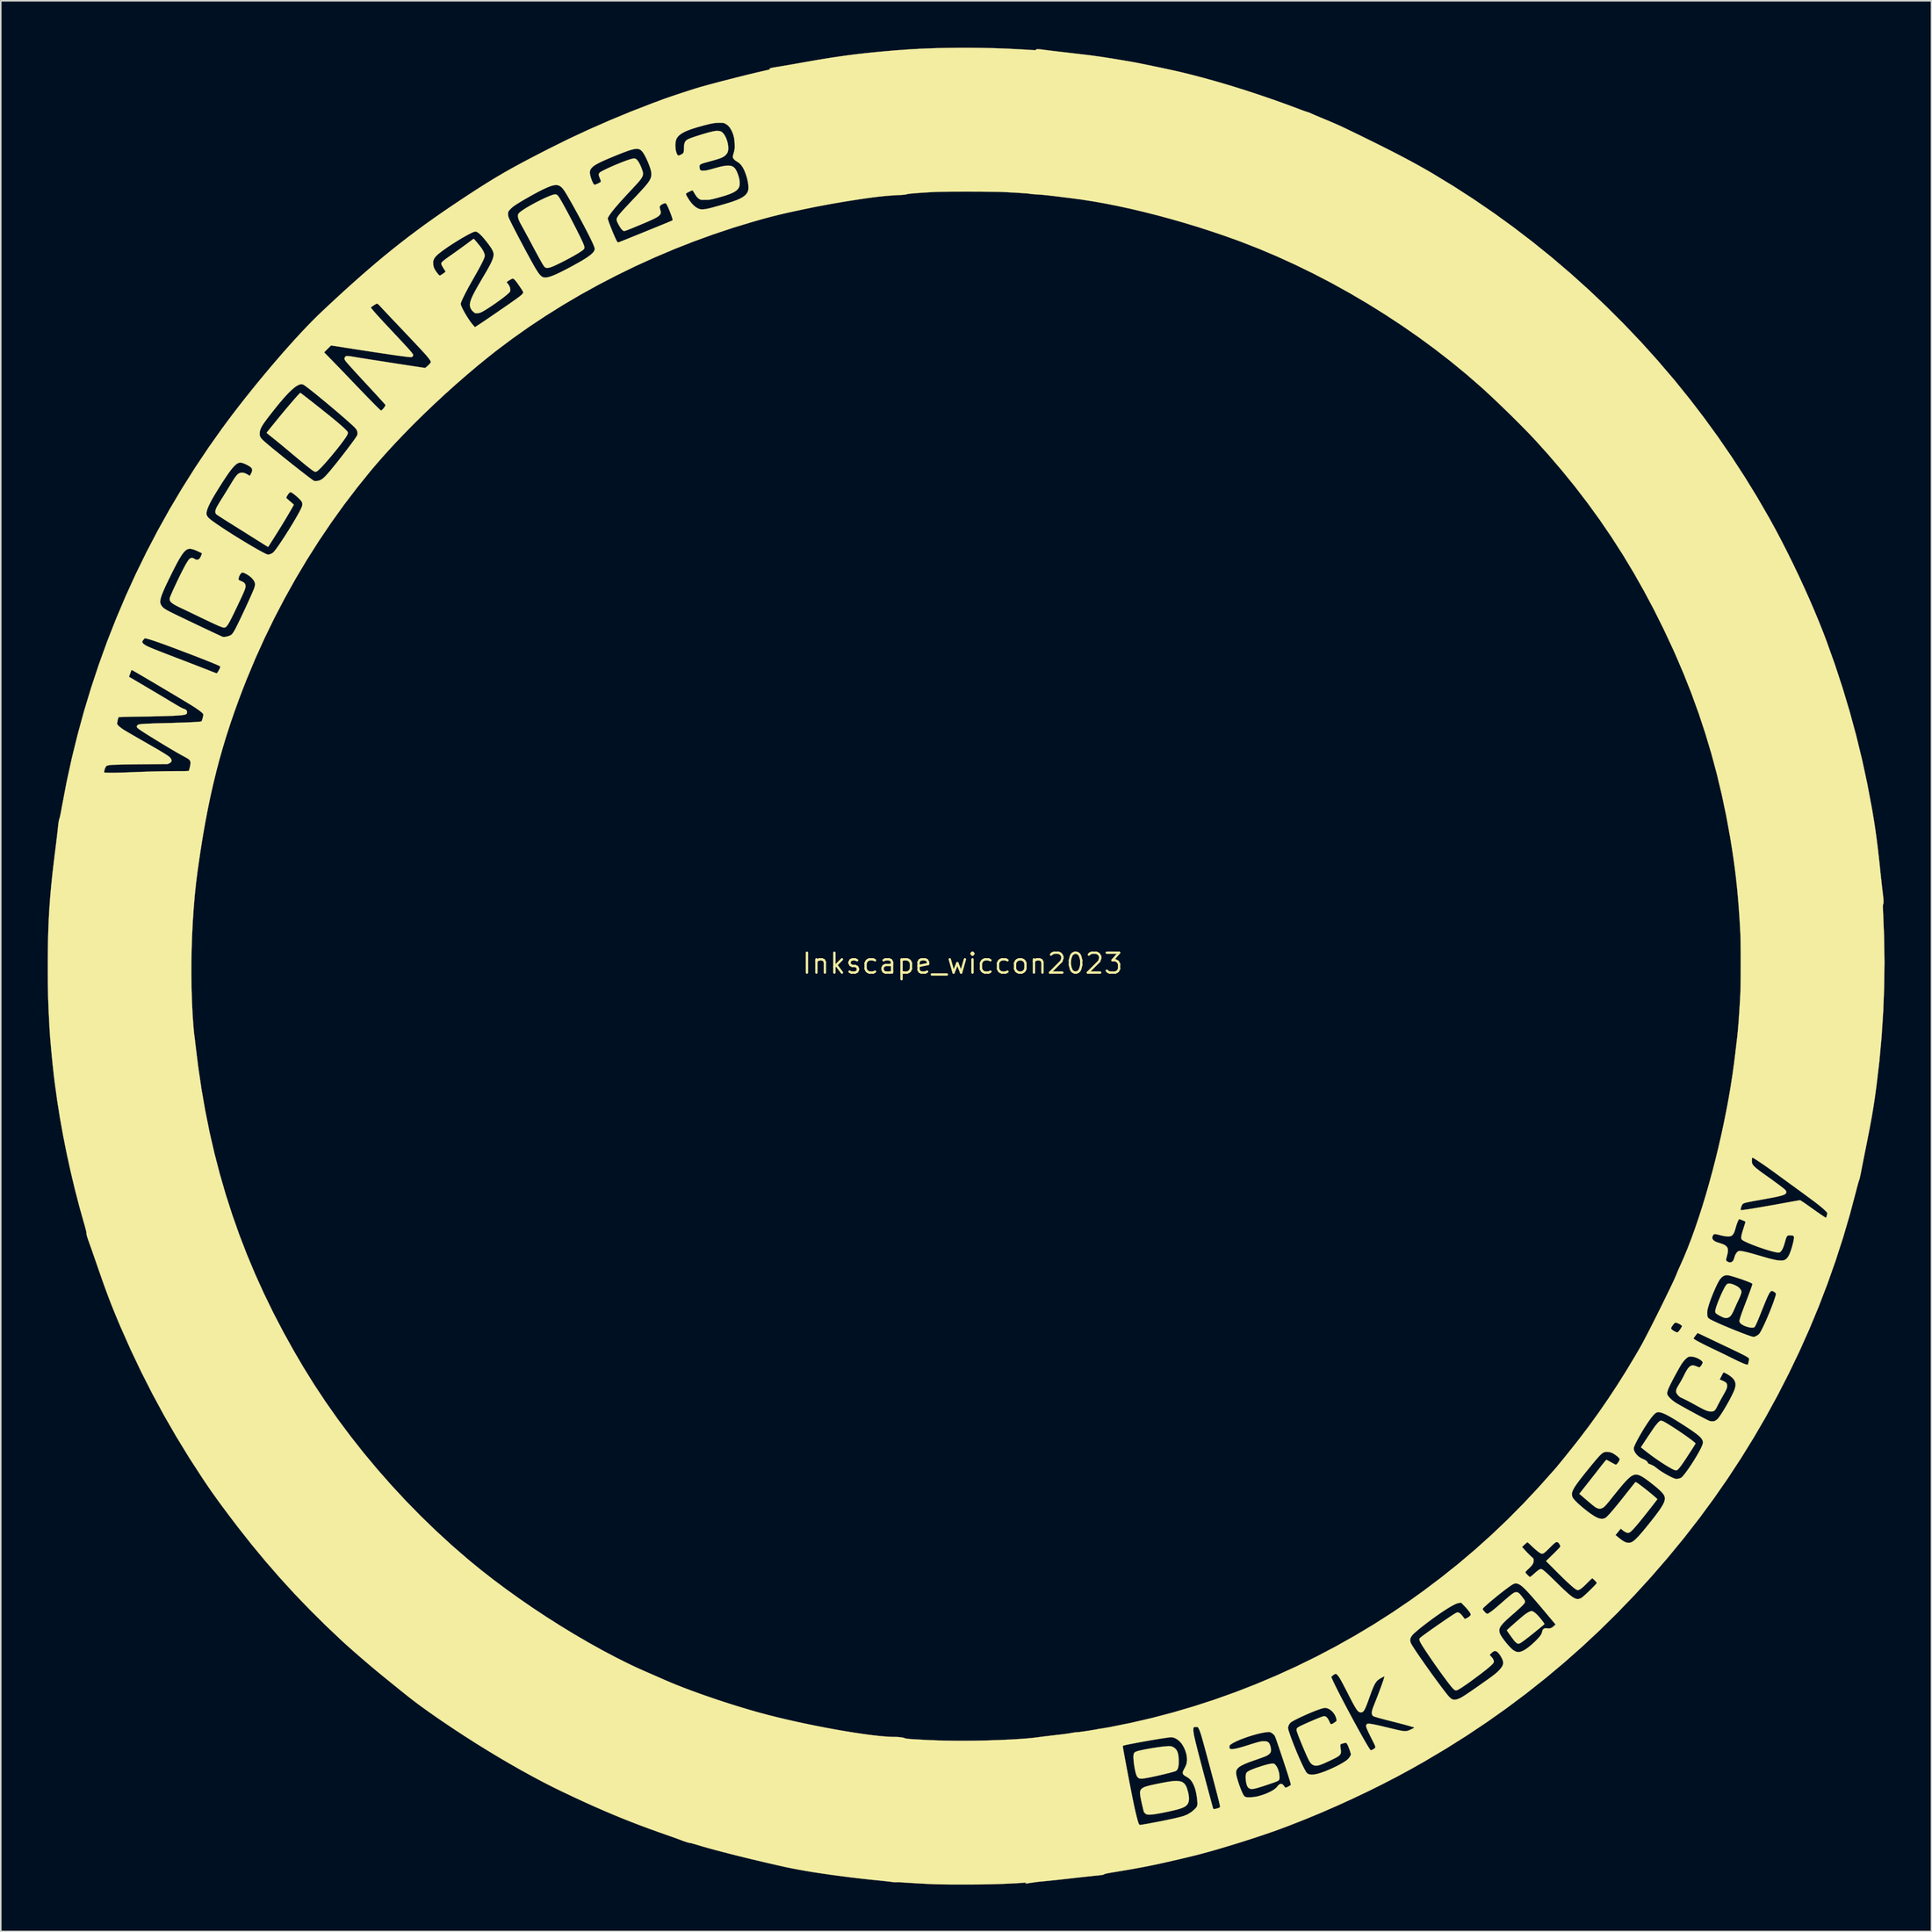
<source format=kicad_pcb>
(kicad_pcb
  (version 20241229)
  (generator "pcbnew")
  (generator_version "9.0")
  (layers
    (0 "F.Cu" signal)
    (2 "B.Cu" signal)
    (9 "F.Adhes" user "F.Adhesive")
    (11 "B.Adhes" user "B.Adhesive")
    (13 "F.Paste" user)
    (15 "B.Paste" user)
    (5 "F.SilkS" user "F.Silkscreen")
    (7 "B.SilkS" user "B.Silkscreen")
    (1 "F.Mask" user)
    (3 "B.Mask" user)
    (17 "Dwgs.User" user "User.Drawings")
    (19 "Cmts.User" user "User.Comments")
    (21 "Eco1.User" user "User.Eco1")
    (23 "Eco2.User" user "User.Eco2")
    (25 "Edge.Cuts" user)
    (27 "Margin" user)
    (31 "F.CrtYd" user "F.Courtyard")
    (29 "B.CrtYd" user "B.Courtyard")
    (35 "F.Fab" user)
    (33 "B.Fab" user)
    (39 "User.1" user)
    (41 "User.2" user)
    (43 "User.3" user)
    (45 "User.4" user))
  (footprint "Inkscape_wiccon2023"
    (layer "F.Cu")
    (at 58.489 58.551)
    (property "Reference" "Inkscape_wiccon2023" (at 0 0 0) (layer "F.SilkS") (effects (font (size 1.27 1.27) (thickness 0.15))))
    (attr through_hole)
    (fp_poly (pts (xy 19.869 51.154) (xy 19.917 51.165) (xy 19.96 51.194) (xy 19.992 51.223) (xy 20.074 51.325) (xy 20.145 51.459) (xy 20.203 51.615) (xy 20.244 51.782) (xy 20.263 51.951) (xy 20.265 51.989) (xy 20.265 52.06) (xy 20.262 52.118) (xy 20.25 52.165) (xy 20.227 52.205) (xy 20.187 52.241) (xy 20.126 52.276) (xy 20.04 52.313) (xy 19.926 52.356) (xy 19.778 52.407) (xy 19.662 52.447) (xy 19.413 52.531) (xy 19.2 52.601) (xy 19.021 52.658) (xy 18.87 52.703) (xy 18.746 52.737) (xy 18.644 52.76) (xy 18.561 52.773) (xy 18.493 52.778) (xy 18.437 52.774) (xy 18.39 52.763) (xy 18.36 52.75) (xy 18.289 52.708) (xy 18.234 52.651) (xy 18.192 52.571) (xy 18.157 52.462) (xy 18.136 52.371) (xy 18.11 52.21) (xy 18.099 52.059) (xy 18.103 51.926) (xy 18.121 51.817) (xy 18.154 51.741) (xy 18.155 51.74) (xy 18.205 51.688) (xy 18.285 51.634) (xy 18.398 51.576) (xy 18.546 51.513) (xy 18.731 51.443) (xy 18.86 51.397) (xy 19.098 51.319) (xy 19.312 51.254) (xy 19.498 51.205) (xy 19.653 51.171) (xy 19.773 51.155) (xy 19.798 51.153) (xy 19.869 51.154)) (stroke (width 0.01) (type solid)) (fill yes) (layer "F.SilkS"))
    (fp_poly (pts (xy 49.1 20.469) (xy 49.213 20.499) (xy 49.335 20.544) (xy 49.455 20.602) (xy 49.566 20.667) (xy 49.632 20.716) (xy 49.695 20.779) (xy 49.749 20.851) (xy 49.767 20.885) (xy 49.788 20.938) (xy 49.797 20.981) (xy 49.792 21.03) (xy 49.776 21.101) (xy 49.774 21.109) (xy 49.751 21.18) (xy 49.714 21.276) (xy 49.668 21.384) (xy 49.617 21.493) (xy 49.616 21.495) (xy 49.559 21.615) (xy 49.498 21.747) (xy 49.441 21.872) (xy 49.403 21.96) (xy 49.324 22.141) (xy 49.256 22.286) (xy 49.195 22.4) (xy 49.138 22.487) (xy 49.083 22.551) (xy 49.026 22.598) (xy 48.97 22.63) (xy 48.874 22.661) (xy 48.776 22.663) (xy 48.667 22.639) (xy 48.611 22.616) (xy 48.53 22.579) (xy 48.437 22.532) (xy 48.374 22.498) (xy 48.264 22.434) (xy 48.189 22.381) (xy 48.143 22.33) (xy 48.123 22.274) (xy 48.125 22.203) (xy 48.143 22.111) (xy 48.151 22.081) (xy 48.185 21.961) (xy 48.234 21.818) (xy 48.294 21.657) (xy 48.362 21.487) (xy 48.435 21.313) (xy 48.511 21.141) (xy 48.587 20.979) (xy 48.659 20.832) (xy 48.726 20.706) (xy 48.784 20.609) (xy 48.823 20.554) (xy 48.873 20.505) (xy 48.923 20.47) (xy 48.933 20.466) (xy 49.004 20.457) (xy 49.1 20.469)) (stroke (width 0.01) (type solid)) (fill yes) (layer "F.SilkS"))
    (fp_poly (pts (xy 13.298 50.042) (xy 13.377 50.059) (xy 13.455 50.091) (xy 13.457 50.092) (xy 13.565 50.16) (xy 13.652 50.245) (xy 13.719 50.353) (xy 13.769 50.487) (xy 13.801 50.651) (xy 13.818 50.848) (xy 13.821 51.029) (xy 13.815 51.215) (xy 13.795 51.363) (xy 13.761 51.477) (xy 13.712 51.561) (xy 13.646 51.617) (xy 13.633 51.625) (xy 13.583 51.644) (xy 13.497 51.671) (xy 13.38 51.704) (xy 13.238 51.743) (xy 13.074 51.784) (xy 12.896 51.828) (xy 12.707 51.873) (xy 12.513 51.917) (xy 12.319 51.96) (xy 12.308 51.962) (xy 12.081 52.011) (xy 11.891 52.049) (xy 11.734 52.078) (xy 11.606 52.098) (xy 11.503 52.11) (xy 11.421 52.113) (xy 11.356 52.108) (xy 11.303 52.096) (xy 11.259 52.077) (xy 11.237 52.064) (xy 11.171 51.998) (xy 11.12 51.9) (xy 11.083 51.788) (xy 11.046 51.647) (xy 11.013 51.485) (xy 10.983 51.311) (xy 10.958 51.136) (xy 10.939 50.967) (xy 10.928 50.815) (xy 10.927 50.688) (xy 10.931 50.622) (xy 10.945 50.544) (xy 10.967 50.484) (xy 11.004 50.438) (xy 11.061 50.401) (xy 11.145 50.368) (xy 11.262 50.335) (xy 11.343 50.315) (xy 11.524 50.275) (xy 11.725 50.234) (xy 11.94 50.195) (xy 12.161 50.158) (xy 12.381 50.124) (xy 12.593 50.094) (xy 12.79 50.07) (xy 12.965 50.051) (xy 13.111 50.041) (xy 13.199 50.038) (xy 13.298 50.042)) (stroke (width 0.01) (type solid)) (fill yes) (layer "F.SilkS"))
    (fp_poly (pts (xy 13.744 52.264) (xy 13.747 52.265) (xy 13.913 52.287) (xy 14.051 52.336) (xy 14.163 52.415) (xy 14.254 52.527) (xy 14.328 52.675) (xy 14.359 52.766) (xy 14.426 53.005) (xy 14.465 53.218) (xy 14.478 53.402) (xy 14.463 53.557) (xy 14.428 53.669) (xy 14.387 53.742) (xy 14.335 53.807) (xy 14.268 53.866) (xy 14.182 53.921) (xy 14.074 53.973) (xy 13.941 54.023) (xy 13.779 54.073) (xy 13.585 54.124) (xy 13.355 54.178) (xy 13.123 54.229) (xy 12.831 54.289) (xy 12.578 54.337) (xy 12.361 54.374) (xy 12.179 54.399) (xy 12.03 54.414) (xy 11.912 54.417) (xy 11.823 54.41) (xy 11.769 54.396) (xy 11.702 54.357) (xy 11.638 54.3) (xy 11.598 54.248) (xy 11.589 54.219) (xy 11.571 54.154) (xy 11.548 54.06) (xy 11.52 53.942) (xy 11.488 53.807) (xy 11.461 53.687) (xy 11.415 53.477) (xy 11.38 53.303) (xy 11.358 53.161) (xy 11.348 53.047) (xy 11.351 52.955) (xy 11.368 52.881) (xy 11.398 52.822) (xy 11.441 52.771) (xy 11.499 52.726) (xy 11.538 52.701) (xy 11.599 52.668) (xy 11.677 52.636) (xy 11.776 52.604) (xy 11.9 52.569) (xy 12.053 52.532) (xy 12.238 52.491) (xy 12.459 52.445) (xy 12.584 52.42) (xy 12.82 52.374) (xy 13.019 52.337) (xy 13.188 52.308) (xy 13.331 52.287) (xy 13.453 52.273) (xy 13.559 52.265) (xy 13.655 52.262) (xy 13.744 52.264)) (stroke (width 0.01) (type solid)) (fill yes) (layer "F.SilkS"))
    (fp_poly (pts (xy 36.456 41.42) (xy 36.55 41.475) (xy 36.658 41.562) (xy 36.78 41.682) (xy 36.913 41.831) (xy 37.051 42.004) (xy 37.112 42.085) (xy 37.161 42.154) (xy 37.194 42.204) (xy 37.206 42.229) (xy 37.206 42.23) (xy 37.188 42.248) (xy 37.142 42.289) (xy 37.071 42.349) (xy 36.981 42.424) (xy 36.875 42.511) (xy 36.758 42.606) (xy 36.635 42.706) (xy 36.51 42.807) (xy 36.388 42.904) (xy 36.273 42.996) (xy 36.169 43.078) (xy 36.085 43.143) (xy 35.941 43.252) (xy 35.826 43.337) (xy 35.735 43.401) (xy 35.664 43.445) (xy 35.607 43.472) (xy 35.562 43.485) (xy 35.522 43.485) (xy 35.484 43.475) (xy 35.463 43.467) (xy 35.416 43.437) (xy 35.356 43.385) (xy 35.296 43.321) (xy 35.293 43.319) (xy 35.253 43.269) (xy 35.199 43.199) (xy 35.135 43.113) (xy 35.066 43.019) (xy 34.996 42.922) (xy 34.931 42.83) (xy 34.874 42.748) (xy 34.83 42.683) (xy 34.805 42.642) (xy 34.799 42.63) (xy 34.815 42.611) (xy 34.859 42.569) (xy 34.926 42.508) (xy 35.012 42.43) (xy 35.113 42.34) (xy 35.224 42.242) (xy 35.34 42.139) (xy 35.458 42.036) (xy 35.573 41.937) (xy 35.681 41.844) (xy 35.777 41.762) (xy 35.857 41.695) (xy 35.916 41.647) (xy 35.937 41.631) (xy 36.072 41.537) (xy 36.193 41.466) (xy 36.295 41.42) (xy 36.373 41.402) (xy 36.38 41.402) (xy 36.456 41.42)) (stroke (width 0.01) (type solid)) (fill yes) (layer "F.SilkS"))
    (fp_poly (pts (xy 44.695 29.233) (xy 44.765 29.256) (xy 44.855 29.299) (xy 44.971 29.365) (xy 45.038 29.406) (xy 45.202 29.506) (xy 45.374 29.614) (xy 45.553 29.73) (xy 45.733 29.848) (xy 45.911 29.968) (xy 46.085 30.087) (xy 46.249 30.202) (xy 46.402 30.311) (xy 46.538 30.411) (xy 46.655 30.5) (xy 46.75 30.575) (xy 46.818 30.634) (xy 46.856 30.675) (xy 46.863 30.69) (xy 46.852 30.712) (xy 46.82 30.764) (xy 46.772 30.842) (xy 46.709 30.941) (xy 46.636 31.056) (xy 46.555 31.182) (xy 46.469 31.315) (xy 46.381 31.449) (xy 46.296 31.58) (xy 46.215 31.703) (xy 46.141 31.813) (xy 46.079 31.905) (xy 46.044 31.956) (xy 45.972 32.056) (xy 45.9 32.153) (xy 45.835 32.237) (xy 45.784 32.298) (xy 45.777 32.306) (xy 45.72 32.362) (xy 45.667 32.395) (xy 45.61 32.405) (xy 45.541 32.392) (xy 45.454 32.356) (xy 45.34 32.298) (xy 45.118 32.172) (xy 44.874 32.023) (xy 44.615 31.855) (xy 44.35 31.675) (xy 44.087 31.487) (xy 43.834 31.297) (xy 43.699 31.192) (xy 43.6 31.113) (xy 43.512 31.044) (xy 43.442 30.988) (xy 43.395 30.95) (xy 43.375 30.934) (xy 43.374 30.934) (xy 43.384 30.916) (xy 43.414 30.867) (xy 43.462 30.793) (xy 43.524 30.697) (xy 43.598 30.585) (xy 43.68 30.46) (xy 43.767 30.329) (xy 43.857 30.194) (xy 43.946 30.062) (xy 44.031 29.936) (xy 44.109 29.821) (xy 44.177 29.721) (xy 44.232 29.642) (xy 44.271 29.588) (xy 44.276 29.58) (xy 44.344 29.496) (xy 44.421 29.405) (xy 44.479 29.342) (xy 44.536 29.287) (xy 44.587 29.249) (xy 44.638 29.231) (xy 44.695 29.233)) (stroke (width 0.01) (type solid)) (fill yes) (layer "F.SilkS"))
    (fp_poly (pts (xy -25.996 -49.17) (xy -25.948 -49.153) (xy -25.9 -49.118) (xy -25.849 -49.06) (xy -25.789 -48.975) (xy -25.716 -48.858) (xy -25.706 -48.841) (xy -25.629 -48.71) (xy -25.539 -48.55) (xy -25.437 -48.365) (xy -25.326 -48.16) (xy -25.208 -47.941) (xy -25.087 -47.711) (xy -24.964 -47.476) (xy -24.843 -47.242) (xy -24.725 -47.011) (xy -24.614 -46.79) (xy -24.511 -46.584) (xy -24.419 -46.397) (xy -24.342 -46.234) (xy -24.28 -46.1) (xy -24.25 -46.03) (xy -24.205 -45.913) (xy -24.18 -45.825) (xy -24.175 -45.758) (xy -24.191 -45.704) (xy -24.228 -45.655) (xy -24.253 -45.631) (xy -24.324 -45.575) (xy -24.429 -45.503) (xy -24.564 -45.418) (xy -24.724 -45.323) (xy -24.904 -45.219) (xy -25.1 -45.111) (xy -25.308 -45) (xy -25.523 -44.888) (xy -25.74 -44.779) (xy -25.813 -44.744) (xy -25.993 -44.657) (xy -26.142 -44.59) (xy -26.264 -44.54) (xy -26.364 -44.504) (xy -26.448 -44.483) (xy -26.519 -44.473) (xy -26.555 -44.471) (xy -26.625 -44.477) (xy -26.676 -44.5) (xy -26.721 -44.54) (xy -26.745 -44.567) (xy -26.772 -44.603) (xy -26.806 -44.652) (xy -26.846 -44.716) (xy -26.894 -44.797) (xy -26.952 -44.899) (xy -27.021 -45.022) (xy -27.103 -45.171) (xy -27.199 -45.348) (xy -27.311 -45.554) (xy -27.439 -45.793) (xy -27.575 -46.048) (xy -27.678 -46.241) (xy -27.779 -46.43) (xy -27.876 -46.609) (xy -27.965 -46.775) (xy -28.045 -46.922) (xy -28.113 -47.045) (xy -28.166 -47.141) (xy -28.201 -47.204) (xy -28.204 -47.208) (xy -28.305 -47.396) (xy -28.375 -47.557) (xy -28.416 -47.694) (xy -28.427 -47.794) (xy -28.421 -47.868) (xy -28.399 -47.924) (xy -28.36 -47.975) (xy -28.291 -48.04) (xy -28.191 -48.117) (xy -28.062 -48.205) (xy -27.91 -48.301) (xy -27.741 -48.402) (xy -27.557 -48.506) (xy -27.365 -48.611) (xy -27.169 -48.714) (xy -26.973 -48.812) (xy -26.783 -48.904) (xy -26.603 -48.986) (xy -26.438 -49.056) (xy -26.292 -49.112) (xy -26.171 -49.152) (xy -26.079 -49.172) (xy -26.051 -49.174) (xy -25.996 -49.17)) (stroke (width 0.01) (type solid)) (fill yes) (layer "F.SilkS"))
    (fp_poly (pts (xy -42.311 -36.469) (xy -42.26 -36.432) (xy -42.183 -36.373) (xy -42.083 -36.296) (xy -41.964 -36.203) (xy -41.828 -36.097) (xy -41.679 -35.981) (xy -41.522 -35.857) (xy -41.358 -35.728) (xy -41.191 -35.596) (xy -41.026 -35.465) (xy -40.865 -35.337) (xy -40.711 -35.214) (xy -40.568 -35.1) (xy -40.44 -34.997) (xy -40.329 -34.907) (xy -40.24 -34.834) (xy -40.238 -34.832) (xy -40.022 -34.652) (xy -39.832 -34.49) (xy -39.669 -34.347) (xy -39.535 -34.225) (xy -39.431 -34.125) (xy -39.358 -34.047) (xy -39.318 -33.994) (xy -39.315 -33.989) (xy -39.297 -33.942) (xy -39.3 -33.895) (xy -39.313 -33.851) (xy -39.345 -33.782) (xy -39.402 -33.686) (xy -39.481 -33.567) (xy -39.579 -33.429) (xy -39.692 -33.276) (xy -39.819 -33.11) (xy -39.956 -32.936) (xy -40.1 -32.757) (xy -40.248 -32.576) (xy -40.397 -32.397) (xy -40.545 -32.224) (xy -40.688 -32.059) (xy -40.824 -31.908) (xy -40.949 -31.772) (xy -41.061 -31.656) (xy -41.157 -31.564) (xy -41.234 -31.498) (xy -41.288 -31.462) (xy -41.29 -31.461) (xy -41.344 -31.44) (xy -41.382 -31.436) (xy -41.423 -31.449) (xy -41.468 -31.471) (xy -41.527 -31.507) (xy -41.616 -31.57) (xy -41.735 -31.661) (xy -41.886 -31.779) (xy -42.067 -31.925) (xy -42.279 -32.1) (xy -42.523 -32.302) (xy -42.545 -32.321) (xy -42.696 -32.447) (xy -42.859 -32.583) (xy -43.024 -32.721) (xy -43.183 -32.854) (xy -43.328 -32.974) (xy -43.448 -33.075) (xy -43.448 -33.075) (xy -43.583 -33.187) (xy -43.733 -33.309) (xy -43.885 -33.433) (xy -44.028 -33.549) (xy -44.152 -33.647) (xy -44.162 -33.656) (xy -44.263 -33.736) (xy -44.352 -33.807) (xy -44.423 -33.866) (xy -44.471 -33.908) (xy -44.492 -33.929) (xy -44.492 -33.93) (xy -44.479 -33.949) (xy -44.443 -33.997) (xy -44.385 -34.07) (xy -44.31 -34.164) (xy -44.22 -34.276) (xy -44.119 -34.401) (xy -44.009 -34.537) (xy -43.894 -34.678) (xy -43.777 -34.821) (xy -43.661 -34.963) (xy -43.548 -35.1) (xy -43.443 -35.227) (xy -43.348 -35.341) (xy -43.282 -35.42) (xy -43.075 -35.665) (xy -42.894 -35.877) (xy -42.738 -36.057) (xy -42.608 -36.205) (xy -42.504 -36.321) (xy -42.424 -36.406) (xy -42.368 -36.459) (xy -42.337 -36.482) (xy -42.332 -36.483) (xy -42.311 -36.469)) (stroke (width 0.01) (type solid)) (fill yes) (layer "F.SilkS"))
    (fp_poly (pts (xy 0.9 -58.542) (xy 1.516 -58.532) (xy 2.119 -58.517) (xy 2.704 -58.496) (xy 2.985 -58.483) (xy 3.191 -58.473) (xy 3.4 -58.462) (xy 3.606 -58.451) (xy 3.806 -58.44) (xy 3.994 -58.43) (xy 4.165 -58.42) (xy 4.316 -58.411) (xy 4.442 -58.403) (xy 4.537 -58.396) (xy 4.597 -58.392) (xy 4.615 -58.389) (xy 4.669 -58.396) (xy 4.695 -58.421) (xy 4.71 -58.44) (xy 4.733 -58.452) (xy 4.769 -58.459) (xy 4.823 -58.46) (xy 4.9 -58.455) (xy 5.005 -58.443) (xy 5.143 -58.426) (xy 5.271 -58.409) (xy 5.368 -58.396) (xy 5.501 -58.379) (xy 5.665 -58.359) (xy 5.855 -58.336) (xy 6.065 -58.311) (xy 6.288 -58.284) (xy 6.52 -58.257) (xy 6.755 -58.23) (xy 6.847 -58.219) (xy 7.113 -58.188) (xy 7.342 -58.162) (xy 7.538 -58.139) (xy 7.706 -58.12) (xy 7.851 -58.102) (xy 7.978 -58.087) (xy 8.091 -58.073) (xy 8.194 -58.06) (xy 8.294 -58.047) (xy 8.395 -58.034) (xy 8.5 -58.019) (xy 8.616 -58.003) (xy 8.746 -57.985) (xy 8.752 -57.984) (xy 8.879 -57.966) (xy 9.041 -57.941) (xy 9.231 -57.911) (xy 9.443 -57.878) (xy 9.67 -57.841) (xy 9.905 -57.802) (xy 10.142 -57.763) (xy 10.373 -57.724) (xy 10.593 -57.687) (xy 10.794 -57.652) (xy 10.971 -57.621) (xy 10.996 -57.616) (xy 11.104 -57.596) (xy 11.248 -57.568) (xy 11.422 -57.533) (xy 11.622 -57.492) (xy 11.841 -57.447) (xy 12.074 -57.399) (xy 12.316 -57.348) (xy 12.561 -57.296) (xy 12.803 -57.245) (xy 13.038 -57.195) (xy 13.26 -57.147) (xy 13.464 -57.103) (xy 13.643 -57.063) (xy 13.793 -57.029) (xy 13.864 -57.013) (xy 14.656 -56.819) (xy 15.477 -56.603) (xy 16.323 -56.366) (xy 17.189 -56.109) (xy 18.069 -55.834) (xy 18.959 -55.542) (xy 19.854 -55.234) (xy 20.749 -54.914) (xy 21.529 -54.623) (xy 21.664 -54.572) (xy 21.788 -54.526) (xy 21.894 -54.489) (xy 21.977 -54.46) (xy 22.029 -54.444) (xy 22.045 -54.441) (xy 22.079 -54.432) (xy 22.142 -54.409) (xy 22.223 -54.375) (xy 22.297 -54.343) (xy 22.369 -54.31) (xy 22.474 -54.265) (xy 22.604 -54.209) (xy 22.755 -54.145) (xy 22.918 -54.076) (xy 23.088 -54.006) (xy 23.188 -53.964) (xy 23.363 -53.891) (xy 23.521 -53.825) (xy 23.667 -53.763) (xy 23.806 -53.703) (xy 23.941 -53.643) (xy 24.079 -53.581) (xy 24.223 -53.515) (xy 24.378 -53.442) (xy 24.548 -53.361) (xy 24.738 -53.27) (xy 24.953 -53.166) (xy 25.198 -53.047) (xy 25.442 -52.928) (xy 25.989 -52.66) (xy 26.5 -52.407) (xy 26.978 -52.168) (xy 27.426 -51.941) (xy 27.848 -51.724) (xy 28.245 -51.516) (xy 28.622 -51.315) (xy 28.98 -51.12) (xy 29.324 -50.929) (xy 29.656 -50.741) (xy 29.979 -50.554) (xy 30.057 -50.508) (xy 31.381 -49.703) (xy 32.685 -48.86) (xy 33.968 -47.982) (xy 35.23 -47.068) (xy 36.468 -46.119) (xy 37.684 -45.136) (xy 38.875 -44.119) (xy 40.042 -43.069) (xy 41.182 -41.988) (xy 42.296 -40.874) (xy 43.383 -39.73) (xy 44.442 -38.555) (xy 45.471 -37.351) (xy 45.553 -37.253) (xy 46.502 -36.078) (xy 47.425 -34.871) (xy 48.32 -33.638) (xy 49.183 -32.38) (xy 50.014 -31.103) (xy 50.808 -29.81) (xy 51.563 -28.504) (xy 51.641 -28.363) (xy 52.007 -27.695) (xy 52.374 -26.998) (xy 52.74 -26.28) (xy 53.102 -25.546) (xy 53.457 -24.803) (xy 53.802 -24.057) (xy 54.135 -23.314) (xy 54.452 -22.581) (xy 54.75 -21.864) (xy 55.027 -21.169) (xy 55.212 -20.683) (xy 55.753 -19.176) (xy 56.253 -17.657) (xy 56.713 -16.128) (xy 57.131 -14.589) (xy 57.509 -13.041) (xy 57.845 -11.484) (xy 58.139 -9.92) (xy 58.196 -9.588) (xy 58.247 -9.281) (xy 58.295 -8.986) (xy 58.339 -8.697) (xy 58.381 -8.408) (xy 58.421 -8.115) (xy 58.461 -7.812) (xy 58.501 -7.492) (xy 58.541 -7.152) (xy 58.582 -6.784) (xy 58.626 -6.384) (xy 58.663 -6.032) (xy 58.687 -5.803) (xy 58.712 -5.573) (xy 58.737 -5.348) (xy 58.76 -5.134) (xy 58.782 -4.937) (xy 58.802 -4.764) (xy 58.819 -4.62) (xy 58.832 -4.512) (xy 58.833 -4.505) (xy 58.856 -4.31) (xy 58.872 -4.153) (xy 58.881 -4.029) (xy 58.883 -3.933) (xy 58.879 -3.862) (xy 58.867 -3.81) (xy 58.858 -3.789) (xy 58.849 -3.764) (xy 58.843 -3.727) (xy 58.841 -3.671) (xy 58.841 -3.591) (xy 58.845 -3.483) (xy 58.852 -3.341) (xy 58.856 -3.249) (xy 58.92 -1.666) (xy 58.943 -0.079) (xy 58.923 1.509) (xy 58.861 3.098) (xy 58.758 4.684) (xy 58.613 6.267) (xy 58.427 7.845) (xy 58.386 8.149) (xy 58.342 8.465) (xy 58.298 8.769) (xy 58.253 9.065) (xy 58.205 9.359) (xy 58.155 9.658) (xy 58.101 9.966) (xy 58.042 10.289) (xy 57.977 10.633) (xy 57.905 11.004) (xy 57.825 11.407) (xy 57.771 11.673) (xy 57.725 11.903) (xy 57.678 12.137) (xy 57.632 12.369) (xy 57.588 12.591) (xy 57.548 12.797) (xy 57.512 12.982) (xy 57.481 13.138) (xy 57.458 13.26) (xy 57.458 13.263) (xy 57.429 13.409) (xy 57.4 13.546) (xy 57.373 13.668) (xy 57.348 13.767) (xy 57.328 13.836) (xy 57.32 13.856) (xy 57.303 13.903) (xy 57.278 13.986) (xy 57.246 14.096) (xy 57.21 14.229) (xy 57.171 14.376) (xy 57.131 14.534) (xy 57.127 14.55) (xy 56.728 16.053) (xy 56.29 17.544) (xy 55.811 19.023) (xy 55.293 20.488) (xy 54.735 21.94) (xy 54.139 23.376) (xy 53.504 24.795) (xy 52.832 26.198) (xy 52.123 27.583) (xy 51.377 28.948) (xy 50.595 30.293) (xy 49.777 31.618) (xy 48.923 32.921) (xy 48.035 34.2) (xy 47.112 35.456) (xy 46.156 36.687) (xy 46.094 36.765) (xy 45.076 38.002) (xy 44.035 39.204) (xy 42.969 40.371) (xy 41.878 41.504) (xy 40.763 42.603) (xy 39.623 43.669) (xy 38.457 44.7) (xy 37.265 45.699) (xy 36.047 46.664) (xy 34.803 47.596) (xy 33.532 48.496) (xy 32.234 49.364) (xy 30.909 50.199) (xy 29.556 51.003) (xy 28.691 51.492) (xy 27.789 51.982) (xy 26.851 52.467) (xy 25.888 52.945) (xy 24.905 53.411) (xy 23.913 53.863) (xy 22.917 54.296) (xy 21.927 54.707) (xy 20.95 55.092) (xy 20.442 55.284) (xy 20.074 55.419) (xy 19.677 55.559) (xy 19.257 55.703) (xy 18.82 55.849) (xy 18.37 55.996) (xy 17.913 56.142) (xy 17.453 56.286) (xy 16.998 56.425) (xy 16.55 56.559) (xy 16.117 56.685) (xy 15.702 56.803) (xy 15.312 56.909) (xy 14.952 57.003) (xy 14.668 57.073) (xy 14.228 57.179) (xy 13.823 57.275) (xy 13.45 57.362) (xy 13.102 57.441) (xy 12.776 57.514) (xy 12.466 57.582) (xy 12.167 57.645) (xy 11.874 57.704) (xy 11.583 57.761) (xy 11.288 57.817) (xy 10.985 57.872) (xy 10.668 57.928) (xy 10.333 57.985) (xy 9.974 58.045) (xy 9.874 58.061) (xy 9.663 58.097) (xy 9.489 58.126) (xy 9.351 58.151) (xy 9.243 58.172) (xy 9.162 58.19) (xy 9.105 58.205) (xy 9.069 58.218) (xy 9.048 58.23) (xy 9.048 58.231) (xy 9.027 58.245) (xy 8.994 58.257) (xy 8.944 58.269) (xy 8.87 58.28) (xy 8.768 58.292) (xy 8.633 58.307) (xy 8.55 58.315) (xy 8.433 58.326) (xy 8.28 58.342) (xy 8.099 58.361) (xy 7.896 58.383) (xy 7.679 58.406) (xy 7.454 58.431) (xy 7.228 58.456) (xy 7.08 58.473) (xy 6.706 58.515) (xy 6.369 58.553) (xy 6.066 58.586) (xy 5.792 58.615) (xy 5.544 58.641) (xy 5.317 58.664) (xy 5.108 58.684) (xy 4.985 58.696) (xy 4.867 58.708) (xy 4.723 58.726) (xy 4.572 58.746) (xy 4.428 58.767) (xy 4.403 58.771) (xy 4.265 58.792) (xy 4.165 58.807) (xy 4.096 58.816) (xy 4.054 58.82) (xy 4.033 58.818) (xy 4.029 58.81) (xy 4.037 58.798) (xy 4.045 58.788) (xy 4.056 58.77) (xy 4.047 58.762) (xy 4.01 58.761) (xy 3.938 58.767) (xy 3.936 58.767) (xy 3.812 58.778) (xy 3.651 58.789) (xy 3.461 58.8) (xy 3.246 58.812) (xy 3.013 58.823) (xy 2.768 58.834) (xy 2.516 58.844) (xy 2.265 58.853) (xy 2.02 58.86) (xy 1.841 58.865) (xy 1.624 58.869) (xy 1.378 58.873) (xy 1.111 58.876) (xy 0.827 58.878) (xy 0.531 58.88) (xy 0.229 58.881) (xy -0.074 58.881) (xy -0.373 58.881) (xy -0.662 58.88) (xy -0.936 58.878) (xy -1.191 58.875) (xy -1.42 58.872) (xy -1.618 58.868) (xy -1.78 58.863) (xy -1.81 58.862) (xy -2.021 58.854) (xy -2.262 58.842) (xy -2.524 58.829) (xy -2.796 58.814) (xy -3.068 58.799) (xy -3.331 58.783) (xy -3.573 58.768) (xy -3.785 58.753) (xy -3.821 58.751) (xy -3.943 58.743) (xy -4.055 58.737) (xy -4.146 58.735) (xy -4.21 58.736) (xy -4.233 58.738) (xy -4.274 58.741) (xy -4.346 58.737) (xy -4.441 58.729) (xy -4.548 58.715) (xy -4.561 58.714) (xy -4.655 58.701) (xy -4.783 58.686) (xy -4.936 58.668) (xy -5.105 58.65) (xy -5.283 58.631) (xy -5.461 58.613) (xy -5.482 58.611) (xy -6.08 58.549) (xy -6.674 58.483) (xy -7.262 58.413) (xy -7.838 58.339) (xy -8.4 58.264) (xy -8.943 58.185) (xy -9.465 58.106) (xy -9.96 58.025) (xy -10.426 57.943) (xy -10.859 57.862) (xy -11.255 57.781) (xy -11.419 57.745) (xy -11.96 57.622) (xy -12.496 57.499) (xy -13.022 57.376) (xy -13.538 57.253) (xy -14.038 57.131) (xy -14.521 57.011) (xy -14.984 56.894) (xy -15.422 56.78) (xy -15.834 56.671) (xy -16.216 56.567) (xy -16.565 56.468) (xy -16.878 56.377) (xy -17.113 56.305) (xy -17.221 56.273) (xy -17.322 56.246) (xy -17.405 56.227) (xy -17.46 56.219) (xy -17.465 56.219) (xy -17.511 56.211) (xy -17.59 56.189) (xy -17.698 56.155) (xy -17.827 56.11) (xy -17.973 56.056) (xy -17.984 56.052) (xy -18.144 55.992) (xy -18.32 55.927) (xy -18.497 55.863) (xy -18.663 55.804) (xy -18.796 55.757) (xy -19.428 55.536) (xy -20.036 55.316) (xy -20.626 55.097) (xy -21.205 54.874) (xy -21.777 54.646) (xy -22.348 54.411) (xy -22.925 54.166) (xy -23.513 53.909) (xy -24.117 53.637) (xy -24.744 53.348) (xy -25.398 53.039) (xy -25.643 52.922) (xy -26.26 52.62) (xy -26.903 52.29) (xy -27.568 51.935) (xy -28.25 51.559) (xy -28.946 51.162) (xy -29.652 50.749) (xy -30.362 50.32) (xy -30.816 50.039) (xy 10.245 50.039) (xy 10.249 50.075) (xy 10.26 50.15) (xy 10.279 50.259) (xy 10.303 50.398) (xy 10.333 50.565) (xy 10.368 50.755) (xy 10.407 50.965) (xy 10.449 51.192) (xy 10.494 51.431) (xy 10.542 51.679) (xy 10.59 51.933) (xy 10.639 52.189) (xy 10.689 52.444) (xy 10.737 52.693) (xy 10.784 52.934) (xy 10.83 53.162) (xy 10.872 53.374) (xy 10.911 53.566) (xy 10.946 53.735) (xy 10.967 53.837) (xy 11.013 54.048) (xy 11.06 54.251) (xy 11.105 54.44) (xy 11.148 54.61) (xy 11.187 54.757) (xy 11.221 54.875) (xy 11.249 54.958) (xy 11.259 54.981) (xy 11.292 55.043) (xy 11.325 55.071) (xy 11.348 55.076) (xy 11.381 55.072) (xy 11.45 55.062) (xy 11.547 55.046) (xy 11.668 55.025) (xy 11.806 55.001) (xy 11.926 54.979) (xy 12.291 54.911) (xy 12.634 54.845) (xy 12.954 54.781) (xy 13.246 54.72) (xy 13.508 54.663) (xy 13.737 54.609) (xy 13.932 54.56) (xy 14.088 54.517) (xy 14.139 54.501) (xy 14.386 54.4) (xy 14.611 54.263) (xy 14.773 54.13) (xy 14.859 54.048) (xy 14.92 53.985) (xy 14.96 53.933) (xy 14.986 53.885) (xy 15.003 53.831) (xy 15.009 53.806) (xy 15.017 53.732) (xy 15.015 53.624) (xy 15.005 53.493) (xy 14.988 53.346) (xy 14.965 53.192) (xy 14.938 53.039) (xy 14.906 52.895) (xy 14.873 52.77) (xy 14.866 52.747) (xy 14.786 52.534) (xy 14.698 52.357) (xy 14.596 52.213) (xy 14.477 52.096) (xy 14.339 52.003) (xy 14.309 51.987) (xy 14.198 51.922) (xy 14.123 51.859) (xy 14.085 51.791) (xy 14.08 51.713) (xy 14.108 51.618) (xy 14.168 51.5) (xy 14.181 51.477) (xy 14.232 51.382) (xy 14.277 51.283) (xy 14.31 51.198) (xy 14.319 51.17) (xy 14.349 50.978) (xy 14.346 50.769) (xy 14.312 50.552) (xy 14.248 50.334) (xy 14.158 50.123) (xy 14.042 49.926) (xy 13.98 49.842) (xy 13.863 49.715) (xy 13.731 49.609) (xy 13.592 49.529) (xy 13.455 49.481) (xy 13.343 49.467) (xy 13.283 49.47) (xy 13.186 49.481) (xy 13.056 49.499) (xy 12.898 49.522) (xy 12.716 49.55) (xy 12.514 49.582) (xy 12.298 49.618) (xy 12.07 49.656) (xy 11.837 49.697) (xy 11.601 49.738) (xy 11.368 49.78) (xy 11.142 49.822) (xy 10.928 49.863) (xy 10.729 49.902) (xy 10.567 49.935) (xy 10.442 49.961) (xy 10.353 49.983) (xy 10.294 50) (xy 10.261 50.015) (xy 10.246 50.03) (xy 10.245 50.039) (xy -30.816 50.039) (xy -31.074 49.879) (xy -31.782 49.428) (xy -32.483 48.97) (xy -33.172 48.507) (xy -33.528 48.263) (xy -33.829 48.055) (xy -34.1 47.864) (xy -34.349 47.688) (xy -34.58 47.52) (xy -34.802 47.357) (xy -35.019 47.194) (xy -35.238 47.026) (xy -35.465 46.848) (xy -35.706 46.656) (xy -35.969 46.445) (xy -36.068 46.365) (xy -36.224 46.238) (xy -36.393 46.102) (xy -36.565 45.962) (xy -36.732 45.827) (xy -36.884 45.704) (xy -37.013 45.599) (xy -37.02 45.593) (xy -37.264 45.394) (xy -37.528 45.176) (xy -37.805 44.943) (xy -38.09 44.701) (xy -38.378 44.454) (xy -38.662 44.208) (xy -38.938 43.967) (xy -39.198 43.737) (xy -39.438 43.522) (xy -39.652 43.328) (xy -39.692 43.291) (xy -40.731 42.307) (xy -41.734 41.312) (xy -42.706 40.301) (xy -43.649 39.269) (xy -44.568 38.213) (xy -45.468 37.126) (xy -46.351 36.006) (xy -46.851 35.348) (xy -47.064 35.064) (xy -47.254 34.808) (xy -47.426 34.577) (xy -47.582 34.364) (xy -47.726 34.164) (xy -47.862 33.974) (xy -47.993 33.788) (xy -48.123 33.601) (xy -48.255 33.409) (xy -48.393 33.206) (xy -48.54 32.987) (xy -48.568 32.946) (xy -49.43 31.618) (xy -50.257 30.267) (xy -51.049 28.894) (xy -51.804 27.499) (xy -52.523 26.081) (xy -53.206 24.642) (xy -53.853 23.182) (xy -54.06 22.691) (xy -54.192 22.371) (xy -54.318 22.062) (xy -54.439 21.756) (xy -54.558 21.449) (xy -54.677 21.133) (xy -54.799 20.804) (xy -54.925 20.455) (xy -55.057 20.081) (xy -55.199 19.676) (xy -55.284 19.431) (xy -55.353 19.229) (xy -55.423 19.029) (xy -55.49 18.835) (xy -55.553 18.654) (xy -55.609 18.492) (xy -55.657 18.355) (xy -55.695 18.249) (xy -55.711 18.203) (xy -55.785 17.997) (xy -55.845 17.826) (xy -55.894 17.686) (xy -55.932 17.574) (xy -55.961 17.486) (xy -55.982 17.416) (xy -55.996 17.362) (xy -56.005 17.319) (xy -56.009 17.283) (xy -56.011 17.25) (xy -56.011 17.247) (xy -56.018 17.179) (xy -56.04 17.073) (xy -56.075 16.933) (xy -56.122 16.76) (xy -56.148 16.669) (xy -56.456 15.574) (xy -56.746 14.456) (xy -57.017 13.324) (xy -57.267 12.185) (xy -57.495 11.044) (xy -57.699 9.91) (xy -57.878 8.79) (xy -58.03 7.691) (xy -58.091 7.197) (xy -58.117 6.961) (xy -58.145 6.704) (xy -58.174 6.431) (xy -58.202 6.147) (xy -58.231 5.859) (xy -58.258 5.572) (xy -58.283 5.293) (xy -58.306 5.028) (xy -58.327 4.782) (xy -58.345 4.561) (xy -58.358 4.371) (xy -58.366 4.244) (xy -58.389 3.827) (xy -58.409 3.445) (xy -58.426 3.093) (xy -58.44 2.764) (xy -58.452 2.451) (xy -58.462 2.148) (xy -58.469 1.849) (xy -58.475 1.547) (xy -58.48 1.235) (xy -58.482 0.908) (xy -58.483 0.666) (xy -49.305 0.666) (xy -49.295 1.505) (xy -49.271 2.329) (xy -49.234 3.131) (xy -49.233 3.143) (xy -49.218 3.387) (xy -49.202 3.626) (xy -49.186 3.853) (xy -49.169 4.062) (xy -49.153 4.249) (xy -49.137 4.408) (xy -49.123 4.532) (xy -49.117 4.572) (xy -49.105 4.66) (xy -49.09 4.779) (xy -49.073 4.917) (xy -49.056 5.063) (xy -49.043 5.175) (xy -48.866 6.616) (xy -48.657 8.03) (xy -48.415 9.42) (xy -48.14 10.787) (xy -47.83 12.132) (xy -47.486 13.458) (xy -47.107 14.766) (xy -46.692 16.057) (xy -46.242 17.334) (xy -45.754 18.598) (xy -45.229 19.851) (xy -44.666 21.094) (xy -44.065 22.33) (xy -43.424 23.559) (xy -42.744 24.783) (xy -42.147 25.802) (xy -41.451 26.922) (xy -40.715 28.033) (xy -39.942 29.132) (xy -39.133 30.216) (xy -38.29 31.284) (xy -37.416 32.332) (xy -36.511 33.36) (xy -35.579 34.364) (xy -34.621 35.342) (xy -33.639 36.291) (xy -32.636 37.211) (xy -31.612 38.097) (xy -31.567 38.135) (xy -30.814 38.752) (xy -30.024 39.37) (xy -29.203 39.984) (xy -28.355 40.592) (xy -27.488 41.19) (xy -26.605 41.774) (xy -25.713 42.341) (xy -24.817 42.887) (xy -23.921 43.409) (xy -23.033 43.903) (xy -22.156 44.366) (xy -21.782 44.555) (xy -21.564 44.664) (xy -21.368 44.76) (xy -21.187 44.848) (xy -21.013 44.931) (xy -20.837 45.012) (xy -20.652 45.096) (xy -20.449 45.187) (xy -20.22 45.288) (xy -20.051 45.361) (xy -19.875 45.438) (xy -19.686 45.521) (xy -19.494 45.605) (xy -19.31 45.685) (xy -19.146 45.758) (xy -19.029 45.809) (xy -18.649 45.972) (xy -18.233 46.142) (xy -17.785 46.317) (xy -17.311 46.495) (xy -16.815 46.676) (xy -16.302 46.856) (xy -15.777 47.036) (xy -15.245 47.212) (xy -14.711 47.383) (xy -14.18 47.547) (xy -13.657 47.704) (xy -13.147 47.85) (xy -12.954 47.904) (xy -12.527 48.018) (xy -12.081 48.132) (xy -11.62 48.245) (xy -11.147 48.356) (xy -10.664 48.465) (xy -10.175 48.571) (xy -9.684 48.673) (xy -9.192 48.772) (xy -8.703 48.866) (xy -8.221 48.955) (xy -7.748 49.039) (xy -7.288 49.116) (xy -6.843 49.186) (xy -6.416 49.25) (xy -6.012 49.305) (xy -5.632 49.352) (xy -5.28 49.39) (xy -4.959 49.419) (xy -4.672 49.437) (xy -4.422 49.445) (xy -4.381 49.446) (xy -4.191 49.45) (xy -4.019 49.462) (xy -3.873 49.481) (xy -3.758 49.506) (xy -3.701 49.526) (xy -3.664 49.54) (xy -3.615 49.551) (xy -3.55 49.562) (xy -3.462 49.572) (xy -3.346 49.582) (xy -3.198 49.593) (xy -3.069 49.601) (xy -2.146 49.651) (xy -1.225 49.683) (xy -0.295 49.696) (xy 0.654 49.692) (xy 1.365 49.678) (xy 1.83 49.664) (xy 2.276 49.649) (xy 2.699 49.631) (xy 3.098 49.612) (xy 3.469 49.591) (xy 3.811 49.568) (xy 4.12 49.544) (xy 4.393 49.519) (xy 4.628 49.493) (xy 4.744 49.478) (xy 4.865 49.462) (xy 5.018 49.442) (xy 5.194 49.42) (xy 5.383 49.397) (xy 5.575 49.373) (xy 5.761 49.352) (xy 5.77 49.351) (xy 5.997 49.324) (xy 6.186 49.302) (xy 6.343 49.284) (xy 6.473 49.268) (xy 6.58 49.254) (xy 6.67 49.242) (xy 6.747 49.231) (xy 6.816 49.22) (xy 6.882 49.209) (xy 6.95 49.196) (xy 6.981 49.19) (xy 7.086 49.172) (xy 7.189 49.158) (xy 7.274 49.15) (xy 7.308 49.149) (xy 7.357 49.146) (xy 7.441 49.137) (xy 7.554 49.123) (xy 7.69 49.104) (xy 7.842 49.083) (xy 8.004 49.058) (xy 8.043 49.053) (xy 8.626 48.954) (xy 14.755 48.954) (xy 14.758 49.058) (xy 14.771 49.184) (xy 14.786 49.287) (xy 14.804 49.378) (xy 14.833 49.509) (xy 14.873 49.677) (xy 14.923 49.882) (xy 14.983 50.121) (xy 15.052 50.394) (xy 15.13 50.698) (xy 15.218 51.033) (xy 15.313 51.396) (xy 15.416 51.787) (xy 15.527 52.203) (xy 15.588 52.43) (xy 15.654 52.674) (xy 15.716 52.907) (xy 15.775 53.126) (xy 15.83 53.328) (xy 15.878 53.51) (xy 15.921 53.666) (xy 15.956 53.796) (xy 15.982 53.894) (xy 16 53.957) (xy 16.006 53.98) (xy 16.026 54.032) (xy 16.052 54.055) (xy 16.095 54.059) (xy 16.148 54.052) (xy 16.225 54.034) (xy 16.308 54.01) (xy 16.309 54.01) (xy 16.387 53.983) (xy 16.433 53.961) (xy 16.456 53.937) (xy 16.463 53.911) (xy 16.462 53.885) (xy 16.454 53.837) (xy 16.44 53.766) (xy 16.418 53.67) (xy 16.389 53.548) (xy 16.352 53.398) (xy 16.306 53.218) (xy 16.252 53.007) (xy 16.188 52.764) (xy 16.115 52.486) (xy 16.032 52.173) (xy 15.938 51.822) (xy 15.834 51.432) (xy 15.813 51.354) (xy 15.718 51) (xy 15.633 50.684) (xy 15.557 50.404) (xy 15.49 50.158) (xy 15.472 50.092) (xy 17.06 50.092) (xy 17.067 50.158) (xy 17.093 50.2) (xy 17.143 50.222) (xy 17.224 50.226) (xy 17.292 50.222) (xy 17.392 50.21) (xy 17.512 50.187) (xy 17.656 50.152) (xy 17.827 50.105) (xy 18.031 50.045) (xy 18.269 49.97) (xy 18.288 49.964) (xy 18.501 49.896) (xy 18.678 49.842) (xy 18.826 49.799) (xy 18.948 49.767) (xy 19.051 49.745) (xy 19.138 49.731) (xy 19.214 49.724) (xy 19.286 49.723) (xy 19.307 49.724) (xy 19.423 49.735) (xy 19.507 49.762) (xy 19.57 49.809) (xy 19.622 49.883) (xy 19.638 49.915) (xy 19.675 50.01) (xy 19.704 50.122) (xy 19.72 50.235) (xy 19.722 50.333) (xy 19.718 50.364) (xy 19.679 50.46) (xy 19.6 50.549) (xy 19.483 50.63) (xy 19.423 50.661) (xy 19.362 50.687) (xy 19.267 50.724) (xy 19.147 50.769) (xy 19.009 50.819) (xy 18.86 50.872) (xy 18.733 50.916) (xy 18.464 51.01) (xy 18.235 51.095) (xy 18.042 51.175) (xy 17.882 51.25) (xy 17.753 51.323) (xy 17.653 51.395) (xy 17.58 51.468) (xy 17.529 51.545) (xy 17.5 51.626) (xy 17.489 51.715) (xy 17.494 51.811) (xy 17.494 51.815) (xy 17.516 51.936) (xy 17.553 52.087) (xy 17.603 52.258) (xy 17.662 52.441) (xy 17.727 52.627) (xy 17.797 52.806) (xy 17.867 52.971) (xy 17.898 53.038) (xy 17.949 53.138) (xy 17.992 53.206) (xy 18.036 53.251) (xy 18.087 53.28) (xy 18.15 53.301) (xy 18.217 53.309) (xy 18.314 53.311) (xy 18.432 53.307) (xy 18.558 53.296) (xy 18.684 53.281) (xy 18.797 53.262) (xy 18.821 53.257) (xy 19.033 53.202) (xy 19.242 53.135) (xy 19.443 53.058) (xy 19.63 52.974) (xy 19.796 52.886) (xy 19.936 52.796) (xy 20.044 52.708) (xy 20.098 52.649) (xy 20.175 52.555) (xy 20.24 52.494) (xy 20.3 52.461) (xy 20.362 52.451) (xy 20.413 52.458) (xy 20.459 52.481) (xy 20.508 52.527) (xy 20.567 52.602) (xy 20.601 52.65) (xy 20.626 52.682) (xy 20.65 52.693) (xy 20.687 52.685) (xy 20.728 52.669) (xy 20.811 52.632) (xy 20.888 52.589) (xy 20.95 52.547) (xy 20.985 52.513) (xy 20.989 52.506) (xy 20.986 52.475) (xy 20.97 52.406) (xy 20.94 52.298) (xy 20.897 52.155) (xy 20.842 51.976) (xy 20.775 51.764) (xy 20.695 51.519) (xy 20.605 51.242) (xy 20.503 50.935) (xy 20.408 50.652) (xy 20.322 50.395) (xy 20.248 50.175) (xy 20.185 49.99) (xy 20.132 49.834) (xy 20.088 49.707) (xy 20.052 49.604) (xy 20.022 49.523) (xy 19.997 49.46) (xy 19.976 49.412) (xy 19.958 49.376) (xy 19.942 49.35) (xy 19.926 49.329) (xy 19.909 49.311) (xy 19.891 49.293) (xy 19.883 49.286) (xy 19.816 49.229) (xy 19.743 49.179) (xy 19.707 49.16) (xy 19.663 49.142) (xy 19.622 49.132) (xy 19.574 49.13) (xy 19.505 49.135) (xy 19.407 49.146) (xy 19.403 49.147) (xy 19.218 49.176) (xy 19.013 49.219) (xy 18.793 49.273) (xy 18.565 49.337) (xy 18.334 49.409) (xy 18.105 49.486) (xy 17.885 49.567) (xy 17.679 49.65) (xy 17.493 49.732) (xy 17.333 49.812) (xy 17.203 49.888) (xy 17.125 49.945) (xy 17.082 49.989) (xy 17.063 50.038) (xy 17.06 50.092) (xy 15.472 50.092) (xy 15.431 49.942) (xy 15.379 49.755) (xy 15.334 49.594) (xy 15.294 49.457) (xy 15.26 49.341) (xy 15.229 49.243) (xy 15.202 49.161) (xy 15.178 49.093) (xy 15.156 49.036) (xy 15.136 48.987) (xy 15.116 48.945) (xy 15.095 48.906) (xy 15.086 48.89) (xy 15.07 48.863) (xy 20.807 48.863) (xy 20.815 48.922) (xy 20.839 49.015) (xy 20.877 49.138) (xy 20.927 49.287) (xy 20.988 49.457) (xy 21.057 49.644) (xy 21.134 49.845) (xy 21.216 50.053) (xy 21.302 50.267) (xy 21.39 50.48) (xy 21.479 50.688) (xy 21.566 50.888) (xy 21.651 51.075) (xy 21.73 51.245) (xy 21.792 51.371) (xy 21.859 51.502) (xy 21.912 51.6) (xy 21.954 51.672) (xy 21.991 51.724) (xy 22.026 51.762) (xy 22.063 51.791) (xy 22.092 51.809) (xy 22.187 51.846) (xy 22.314 51.859) (xy 22.467 51.851) (xy 22.642 51.819) (xy 22.698 51.806) (xy 22.884 51.751) (xy 23.091 51.679) (xy 23.311 51.593) (xy 23.538 51.496) (xy 23.763 51.392) (xy 23.981 51.284) (xy 24.183 51.176) (xy 24.363 51.07) (xy 24.512 50.972) (xy 24.574 50.926) (xy 24.651 50.855) (xy 24.722 50.773) (xy 24.779 50.69) (xy 24.817 50.614) (xy 24.828 50.564) (xy 24.821 50.515) (xy 24.8 50.436) (xy 24.769 50.338) (xy 24.731 50.23) (xy 24.69 50.122) (xy 24.649 50.023) (xy 24.615 49.949) (xy 24.58 49.886) (xy 24.546 49.846) (xy 24.506 49.828) (xy 24.448 49.83) (xy 24.365 49.85) (xy 24.296 49.87) (xy 24.232 49.889) (xy 24.188 49.909) (xy 24.162 49.935) (xy 24.151 49.976) (xy 24.152 50.039) (xy 24.163 50.131) (xy 24.176 50.217) (xy 24.189 50.329) (xy 24.191 50.423) (xy 24.177 50.501) (xy 24.145 50.569) (xy 24.09 50.632) (xy 24.009 50.695) (xy 23.898 50.761) (xy 23.754 50.836) (xy 23.654 50.885) (xy 23.426 50.994) (xy 23.23 51.084) (xy 23.064 51.157) (xy 22.925 51.212) (xy 22.807 51.251) (xy 22.708 51.275) (xy 22.624 51.285) (xy 22.551 51.283) (xy 22.485 51.269) (xy 22.426 51.247) (xy 22.373 51.219) (xy 22.324 51.185) (xy 22.278 51.141) (xy 22.231 51.083) (xy 22.182 51.008) (xy 22.129 50.913) (xy 22.07 50.792) (xy 22.002 50.644) (xy 21.923 50.464) (xy 21.83 50.248) (xy 21.822 50.228) (xy 21.711 49.964) (xy 21.614 49.727) (xy 21.531 49.522) (xy 21.463 49.348) (xy 21.412 49.209) (xy 21.376 49.104) (xy 21.36 49.046) (xy 21.353 48.977) (xy 21.367 48.919) (xy 21.408 48.867) (xy 21.48 48.815) (xy 21.587 48.756) (xy 21.603 48.749) (xy 21.731 48.688) (xy 21.877 48.621) (xy 22.036 48.549) (xy 22.203 48.476) (xy 22.371 48.404) (xy 22.534 48.335) (xy 22.687 48.272) (xy 22.824 48.216) (xy 22.939 48.172) (xy 23.027 48.14) (xy 23.077 48.125) (xy 23.166 48.124) (xy 23.251 48.166) (xy 23.332 48.249) (xy 23.409 48.374) (xy 23.45 48.462) (xy 23.484 48.536) (xy 23.517 48.595) (xy 23.542 48.628) (xy 23.545 48.629) (xy 23.583 48.634) (xy 23.644 48.613) (xy 23.729 48.563) (xy 23.824 48.498) (xy 23.88 48.455) (xy 23.908 48.422) (xy 23.916 48.388) (xy 23.912 48.348) (xy 23.872 48.187) (xy 23.8 48.032) (xy 23.702 47.89) (xy 23.584 47.768) (xy 23.452 47.673) (xy 23.312 47.612) (xy 23.277 47.603) (xy 23.214 47.591) (xy 23.159 47.59) (xy 23.096 47.599) (xy 23.011 47.62) (xy 22.996 47.624) (xy 22.869 47.663) (xy 22.717 47.716) (xy 22.546 47.78) (xy 22.362 47.854) (xy 22.169 47.934) (xy 21.973 48.019) (xy 21.779 48.106) (xy 21.593 48.192) (xy 21.421 48.276) (xy 21.267 48.354) (xy 21.137 48.425) (xy 21.036 48.485) (xy 20.974 48.53) (xy 20.917 48.594) (xy 20.865 48.68) (xy 20.826 48.771) (xy 20.808 48.852) (xy 20.807 48.863) (xy 15.07 48.863) (xy 15.058 48.844) (xy 15.031 48.821) (xy 14.989 48.812) (xy 14.923 48.81) (xy 14.853 48.815) (xy 14.798 48.826) (xy 14.779 48.836) (xy 14.762 48.877) (xy 14.755 48.954) (xy 8.626 48.954) (xy 9.403 48.822) (xy 10.761 48.549) (xy 12.115 48.235) (xy 13.463 47.881) (xy 14.803 47.486) (xy 16.135 47.053) (xy 17.457 46.581) (xy 18.767 46.07) (xy 19.861 45.608) (xy 23.57 45.608) (xy 23.653 45.796) (xy 23.714 45.932) (xy 23.795 46.1) (xy 23.892 46.297) (xy 24.004 46.519) (xy 24.128 46.762) (xy 24.263 47.022) (xy 24.405 47.296) (xy 24.555 47.578) (xy 24.708 47.867) (xy 24.863 48.156) (xy 25.018 48.443) (xy 25.171 48.724) (xy 25.32 48.994) (xy 25.462 49.25) (xy 25.596 49.488) (xy 25.719 49.704) (xy 25.829 49.893) (xy 25.925 50.053) (xy 25.958 50.107) (xy 26.017 50.2) (xy 26.061 50.261) (xy 26.098 50.292) (xy 26.137 50.297) (xy 26.184 50.278) (xy 26.25 50.239) (xy 26.271 50.225) (xy 26.319 50.196) (xy 26.355 50.171) (xy 26.38 50.146) (xy 26.392 50.116) (xy 26.391 50.076) (xy 26.376 50.022) (xy 26.346 49.949) (xy 26.3 49.852) (xy 26.237 49.726) (xy 26.157 49.566) (xy 26.157 49.565) (xy 26.057 49.366) (xy 25.976 49.2) (xy 25.911 49.064) (xy 25.863 48.955) (xy 25.83 48.869) (xy 25.809 48.801) (xy 25.801 48.749) (xy 25.804 48.709) (xy 25.817 48.676) (xy 25.838 48.648) (xy 25.847 48.638) (xy 25.878 48.613) (xy 25.915 48.602) (xy 25.97 48.601) (xy 26.023 48.605) (xy 26.107 48.616) (xy 26.213 48.633) (xy 26.345 48.658) (xy 26.505 48.692) (xy 26.695 48.734) (xy 26.919 48.787) (xy 27.18 48.849) (xy 27.321 48.884) (xy 27.546 48.938) (xy 27.735 48.983) (xy 27.89 49.018) (xy 28.018 49.044) (xy 28.122 49.063) (xy 28.207 49.074) (xy 28.276 49.079) (xy 28.335 49.078) (xy 28.387 49.072) (xy 28.419 49.065) (xy 28.482 49.047) (xy 28.56 49.018) (xy 28.645 48.981) (xy 28.728 48.943) (xy 28.8 48.906) (xy 28.85 48.875) (xy 28.871 48.855) (xy 28.871 48.854) (xy 28.854 48.834) (xy 28.834 48.826) (xy 28.801 48.816) (xy 28.736 48.798) (xy 28.647 48.772) (xy 28.542 48.741) (xy 28.501 48.729) (xy 28.407 48.703) (xy 28.279 48.668) (xy 28.126 48.627) (xy 27.954 48.582) (xy 27.772 48.535) (xy 27.587 48.487) (xy 27.491 48.463) (xy 27.213 48.392) (xy 26.974 48.331) (xy 26.772 48.277) (xy 26.606 48.232) (xy 26.474 48.193) (xy 26.373 48.162) (xy 26.302 48.137) (xy 26.263 48.12) (xy 26.208 48.068) (xy 26.18 48.005) (xy 26.168 47.932) (xy 26.171 47.847) (xy 26.191 47.743) (xy 26.23 47.616) (xy 26.288 47.459) (xy 26.312 47.4) (xy 26.387 47.211) (xy 26.464 47.016) (xy 26.541 46.818) (xy 26.615 46.622) (xy 26.686 46.432) (xy 26.753 46.251) (xy 26.813 46.083) (xy 26.866 45.932) (xy 26.909 45.803) (xy 26.943 45.698) (xy 26.965 45.623) (xy 26.973 45.58) (xy 26.971 45.572) (xy 26.946 45.582) (xy 26.895 45.607) (xy 26.825 45.644) (xy 26.798 45.658) (xy 26.705 45.711) (xy 26.624 45.763) (xy 26.552 45.818) (xy 26.488 45.879) (xy 26.43 45.951) (xy 26.373 46.038) (xy 26.317 46.143) (xy 26.259 46.271) (xy 26.195 46.425) (xy 26.125 46.61) (xy 26.046 46.829) (xy 25.999 46.958) (xy 25.92 47.177) (xy 25.852 47.36) (xy 25.793 47.508) (xy 25.741 47.626) (xy 25.694 47.717) (xy 25.65 47.784) (xy 25.608 47.83) (xy 25.565 47.859) (xy 25.52 47.874) (xy 25.471 47.879) (xy 25.468 47.879) (xy 25.422 47.876) (xy 25.378 47.863) (xy 25.334 47.839) (xy 25.289 47.802) (xy 25.239 47.747) (xy 25.184 47.672) (xy 25.122 47.575) (xy 25.05 47.454) (xy 24.967 47.304) (xy 24.871 47.124) (xy 24.76 46.911) (xy 24.654 46.704) (xy 24.533 46.468) (xy 24.429 46.267) (xy 24.34 46.097) (xy 24.265 45.956) (xy 24.201 45.839) (xy 24.147 45.744) (xy 24.101 45.668) (xy 24.061 45.607) (xy 24.025 45.557) (xy 23.992 45.517) (xy 23.971 45.494) (xy 23.92 45.443) (xy 23.886 45.419) (xy 23.855 45.415) (xy 23.817 45.425) (xy 23.763 45.453) (xy 23.697 45.498) (xy 23.66 45.528) (xy 23.57 45.608) (xy 19.861 45.608) (xy 20.064 45.523) (xy 21.347 44.938) (xy 22.614 44.317) (xy 23.863 43.661) (xy 24.592 43.251) (xy 28.618 43.251) (xy 28.636 43.379) (xy 28.68 43.485) (xy 28.73 43.573) (xy 28.803 43.691) (xy 28.896 43.835) (xy 29.007 44.003) (xy 29.134 44.19) (xy 29.274 44.393) (xy 29.424 44.608) (xy 29.581 44.833) (xy 29.744 45.063) (xy 29.91 45.295) (xy 30.076 45.525) (xy 30.24 45.749) (xy 30.398 45.965) (xy 30.55 46.169) (xy 30.691 46.357) (xy 30.82 46.525) (xy 30.933 46.671) (xy 31.03 46.79) (xy 31.106 46.879) (xy 31.126 46.9) (xy 31.224 46.99) (xy 31.323 47.046) (xy 31.43 47.069) (xy 31.549 47.061) (xy 31.686 47.02) (xy 31.845 46.949) (xy 31.922 46.906) (xy 32.031 46.84) (xy 32.17 46.75) (xy 32.337 46.639) (xy 32.531 46.507) (xy 32.749 46.356) (xy 32.928 46.232) (xy 33.161 46.068) (xy 33.362 45.926) (xy 33.535 45.804) (xy 33.682 45.698) (xy 33.807 45.607) (xy 33.911 45.529) (xy 34 45.46) (xy 34.075 45.4) (xy 34.14 45.344) (xy 34.197 45.292) (xy 34.25 45.241) (xy 34.302 45.188) (xy 34.312 45.178) (xy 34.429 45.044) (xy 34.509 44.923) (xy 34.555 44.809) (xy 34.567 44.695) (xy 34.546 44.575) (xy 34.495 44.443) (xy 34.481 44.415) (xy 34.404 44.278) (xy 34.322 44.157) (xy 34.241 44.061) (xy 34.164 43.994) (xy 34.133 43.976) (xy 34.059 43.954) (xy 33.986 43.963) (xy 33.909 44.004) (xy 33.82 44.082) (xy 33.807 44.095) (xy 33.7 44.203) (xy 33.814 44.327) (xy 33.903 44.439) (xy 33.955 44.543) (xy 33.97 44.635) (xy 33.965 44.669) (xy 33.939 44.718) (xy 33.884 44.786) (xy 33.796 44.873) (xy 33.677 44.98) (xy 33.524 45.107) (xy 33.338 45.255) (xy 33.118 45.425) (xy 32.889 45.597) (xy 32.642 45.78) (xy 32.416 45.944) (xy 32.213 46.088) (xy 32.035 46.21) (xy 31.884 46.31) (xy 31.761 46.385) (xy 31.668 46.436) (xy 31.638 46.45) (xy 31.565 46.471) (xy 31.499 46.464) (xy 31.432 46.426) (xy 31.359 46.357) (xy 31.292 46.283) (xy 31.204 46.176) (xy 31.098 46.041) (xy 30.976 45.882) (xy 30.841 45.701) (xy 30.695 45.503) (xy 30.542 45.291) (xy 30.382 45.068) (xy 30.22 44.839) (xy 30.058 44.605) (xy 29.897 44.372) (xy 29.742 44.143) (xy 29.727 44.12) (xy 29.592 43.918) (xy 29.48 43.747) (xy 29.39 43.605) (xy 29.32 43.487) (xy 29.268 43.392) (xy 29.233 43.315) (xy 29.214 43.254) (xy 29.21 43.206) (xy 29.217 43.167) (xy 29.236 43.134) (xy 29.252 43.117) (xy 29.293 43.082) (xy 29.365 43.025) (xy 29.466 42.949) (xy 29.593 42.856) (xy 29.741 42.749) (xy 29.908 42.63) (xy 30.091 42.501) (xy 30.285 42.365) (xy 30.489 42.223) (xy 30.698 42.079) (xy 30.841 41.982) (xy 31.027 41.855) (xy 31.181 41.752) (xy 31.307 41.668) (xy 31.408 41.603) (xy 31.488 41.555) (xy 31.549 41.521) (xy 31.596 41.5) (xy 31.63 41.489) (xy 31.651 41.487) (xy 31.72 41.499) (xy 31.793 41.54) (xy 31.872 41.611) (xy 31.963 41.717) (xy 31.981 41.74) (xy 32.111 41.908) (xy 32.188 41.875) (xy 32.295 41.822) (xy 32.385 41.763) (xy 32.451 41.702) (xy 32.487 41.645) (xy 32.491 41.623) (xy 32.476 41.568) (xy 32.432 41.491) (xy 32.365 41.394) (xy 32.276 41.284) (xy 32.263 41.27) (xy 33.258 41.27) (xy 33.265 41.295) (xy 33.268 41.302) (xy 33.307 41.365) (xy 33.366 41.437) (xy 33.432 41.504) (xy 33.493 41.552) (xy 33.508 41.561) (xy 33.537 41.574) (xy 33.565 41.575) (xy 33.6 41.562) (xy 33.652 41.53) (xy 33.721 41.483) (xy 33.777 41.445) (xy 33.829 41.407) (xy 33.881 41.369) (xy 33.936 41.325) (xy 34.001 41.273) (xy 34.077 41.209) (xy 34.17 41.13) (xy 34.283 41.032) (xy 34.421 40.913) (xy 34.544 40.806) (xy 34.714 40.658) (xy 34.856 40.537) (xy 34.973 40.438) (xy 35.069 40.36) (xy 35.147 40.301) (xy 35.21 40.258) (xy 35.262 40.228) (xy 35.306 40.209) (xy 35.345 40.199) (xy 35.384 40.196) (xy 35.399 40.196) (xy 35.462 40.2) (xy 35.517 40.219) (xy 35.572 40.256) (xy 35.634 40.317) (xy 35.711 40.408) (xy 35.726 40.426) (xy 35.823 40.549) (xy 35.895 40.645) (xy 35.94 40.723) (xy 35.959 40.788) (xy 35.952 40.848) (xy 35.919 40.909) (xy 35.861 40.979) (xy 35.777 41.064) (xy 35.745 41.096) (xy 35.656 41.181) (xy 35.545 41.284) (xy 35.422 41.395) (xy 35.297 41.506) (xy 35.2 41.59) (xy 34.989 41.774) (xy 34.81 41.935) (xy 34.662 42.077) (xy 34.542 42.202) (xy 34.449 42.314) (xy 34.382 42.414) (xy 34.338 42.507) (xy 34.316 42.594) (xy 34.314 42.678) (xy 34.33 42.763) (xy 34.363 42.851) (xy 34.384 42.897) (xy 34.449 43.011) (xy 34.536 43.142) (xy 34.639 43.282) (xy 34.752 43.426) (xy 34.869 43.565) (xy 34.985 43.692) (xy 35.092 43.8) (xy 35.186 43.881) (xy 35.216 43.903) (xy 35.347 43.979) (xy 35.47 44.017) (xy 35.594 44.019) (xy 35.722 43.988) (xy 35.864 43.924) (xy 36.026 43.827) (xy 36.204 43.697) (xy 36.396 43.538) (xy 36.598 43.351) (xy 36.663 43.287) (xy 36.797 43.148) (xy 36.9 43.028) (xy 36.975 42.925) (xy 37.024 42.833) (xy 37.05 42.748) (xy 37.053 42.729) (xy 37.083 42.621) (xy 37.138 42.546) (xy 37.218 42.505) (xy 37.325 42.497) (xy 37.399 42.507) (xy 37.515 42.514) (xy 37.623 42.487) (xy 37.73 42.424) (xy 37.799 42.366) (xy 37.915 42.258) (xy 37.358 41.592) (xy 37.109 41.295) (xy 36.884 41.029) (xy 36.683 40.794) (xy 36.503 40.586) (xy 36.343 40.404) (xy 36.201 40.247) (xy 36.076 40.113) (xy 35.966 40) (xy 35.869 39.907) (xy 35.783 39.83) (xy 35.708 39.77) (xy 35.642 39.724) (xy 35.583 39.691) (xy 35.475 39.645) (xy 35.385 39.627) (xy 35.3 39.638) (xy 35.206 39.677) (xy 35.16 39.703) (xy 35.063 39.765) (xy 34.94 39.851) (xy 34.795 39.957) (xy 34.633 40.079) (xy 34.459 40.214) (xy 34.278 40.357) (xy 34.095 40.505) (xy 33.915 40.654) (xy 33.742 40.799) (xy 33.583 40.937) (xy 33.441 41.064) (xy 33.401 41.1) (xy 33.33 41.167) (xy 33.286 41.213) (xy 33.263 41.245) (xy 33.258 41.27) (xy 32.263 41.27) (xy 32.169 41.164) (xy 32.096 41.087) (xy 31.88 40.867) (xy 31.764 40.877) (xy 31.671 40.895) (xy 31.555 40.935) (xy 31.416 41) (xy 31.25 41.09) (xy 31.054 41.205) (xy 31.016 41.229) (xy 30.816 41.357) (xy 30.6 41.501) (xy 30.374 41.657) (xy 30.143 41.821) (xy 29.911 41.99) (xy 29.685 42.16) (xy 29.469 42.326) (xy 29.268 42.485) (xy 29.088 42.633) (xy 28.934 42.767) (xy 28.812 42.879) (xy 28.706 43.003) (xy 28.641 43.126) (xy 28.618 43.251) (xy 24.592 43.251) (xy 25.094 42.969) (xy 26.304 42.243) (xy 27.493 41.483) (xy 28.659 40.69) (xy 29.46 40.115) (xy 30.604 39.252) (xy 31.714 38.365) (xy 32.793 37.45) (xy 32.959 37.3) (xy 35.771 37.3) (xy 35.925 37.472) (xy 36.11 37.672) (xy 36.284 37.846) (xy 36.413 37.964) (xy 36.468 38.013) (xy 36.498 38.052) (xy 36.51 38.094) (xy 36.512 38.157) (xy 36.513 38.163) (xy 36.508 38.24) (xy 36.493 38.31) (xy 36.463 38.38) (xy 36.415 38.454) (xy 36.346 38.537) (xy 36.251 38.635) (xy 36.128 38.753) (xy 36.094 38.785) (xy 36.039 38.84) (xy 36 38.888) (xy 35.983 38.918) (xy 35.983 38.919) (xy 35.998 38.951) (xy 36.036 39.001) (xy 36.09 39.06) (xy 36.149 39.121) (xy 36.207 39.174) (xy 36.254 39.21) (xy 36.28 39.222) (xy 36.308 39.208) (xy 36.36 39.171) (xy 36.429 39.115) (xy 36.507 39.046) (xy 36.524 39.031) (xy 36.658 38.911) (xy 36.768 38.822) (xy 36.856 38.76) (xy 36.925 38.725) (xy 36.979 38.714) (xy 37.007 38.717) (xy 37.039 38.729) (xy 37.079 38.75) (xy 37.128 38.784) (xy 37.189 38.832) (xy 37.264 38.896) (xy 37.355 38.979) (xy 37.466 39.082) (xy 37.597 39.207) (xy 37.752 39.358) (xy 37.933 39.534) (xy 38.068 39.667) (xy 38.284 39.877) (xy 38.473 40.058) (xy 38.639 40.21) (xy 38.784 40.337) (xy 38.91 40.439) (xy 39.021 40.517) (xy 39.119 40.574) (xy 39.207 40.611) (xy 39.287 40.629) (xy 39.363 40.63) (xy 39.436 40.616) (xy 39.509 40.588) (xy 39.582 40.549) (xy 39.625 40.518) (xy 39.692 40.462) (xy 39.777 40.386) (xy 39.875 40.296) (xy 39.982 40.196) (xy 40.091 40.091) (xy 40.199 39.986) (xy 40.3 39.885) (xy 40.389 39.794) (xy 40.461 39.717) (xy 40.511 39.66) (xy 40.533 39.629) (xy 40.542 39.604) (xy 40.537 39.577) (xy 40.515 39.543) (xy 40.469 39.492) (xy 40.423 39.444) (xy 40.36 39.383) (xy 40.306 39.336) (xy 40.268 39.31) (xy 40.259 39.306) (xy 40.236 39.321) (xy 40.188 39.362) (xy 40.121 39.424) (xy 40.038 39.503) (xy 39.945 39.596) (xy 39.911 39.631) (xy 39.769 39.772) (xy 39.649 39.882) (xy 39.549 39.964) (xy 39.466 40.018) (xy 39.395 40.049) (xy 39.334 40.058) (xy 39.305 40.055) (xy 39.251 40.034) (xy 39.175 39.986) (xy 39.078 39.913) (xy 38.957 39.812) (xy 38.813 39.684) (xy 38.643 39.527) (xy 38.448 39.341) (xy 38.227 39.126) (xy 37.979 38.879) (xy 37.91 38.809) (xy 37.306 38.204) (xy 37.734 37.787) (xy 37.846 37.676) (xy 37.951 37.572) (xy 38.042 37.479) (xy 38.116 37.402) (xy 38.168 37.346) (xy 38.195 37.314) (xy 38.196 37.312) (xy 38.216 37.275) (xy 38.219 37.243) (xy 38.204 37.2) (xy 38.185 37.159) (xy 38.128 37.066) (xy 38.065 37.007) (xy 38 36.986) (xy 37.974 36.989) (xy 37.941 37) (xy 37.905 37.019) (xy 37.862 37.05) (xy 37.807 37.096) (xy 37.736 37.161) (xy 37.646 37.248) (xy 37.531 37.362) (xy 37.497 37.396) (xy 37.378 37.513) (xy 37.283 37.602) (xy 37.207 37.665) (xy 37.145 37.706) (xy 37.092 37.726) (xy 37.043 37.73) (xy 36.993 37.719) (xy 36.95 37.702) (xy 36.875 37.658) (xy 36.774 37.584) (xy 36.647 37.479) (xy 36.497 37.344) (xy 36.328 37.186) (xy 36.253 37.116) (xy 36.188 37.057) (xy 36.14 37.017) (xy 36.115 37) (xy 36.113 36.999) (xy 36.091 37.013) (xy 36.044 37.05) (xy 35.983 37.104) (xy 35.932 37.15) (xy 35.771 37.3) (xy 32.959 37.3) (xy 33.842 36.507) (xy 34.863 35.533) (xy 35.859 34.527) (xy 36.42 33.928) (xy 38.959 33.928) (xy 38.976 34.059) (xy 39.009 34.142) (xy 39.055 34.211) (xy 39.131 34.301) (xy 39.233 34.408) (xy 39.356 34.527) (xy 39.498 34.655) (xy 39.652 34.787) (xy 39.772 34.885) (xy 39.994 35.059) (xy 40.191 35.201) (xy 40.364 35.315) (xy 40.517 35.401) (xy 40.653 35.461) (xy 40.775 35.494) (xy 40.884 35.504) (xy 40.985 35.49) (xy 41.08 35.453) (xy 41.121 35.43) (xy 41.177 35.386) (xy 41.256 35.309) (xy 41.358 35.199) (xy 41.484 35.057) (xy 41.632 34.884) (xy 41.801 34.681) (xy 41.991 34.447) (xy 42.201 34.185) (xy 42.431 33.894) (xy 42.511 33.793) (xy 42.622 33.652) (xy 42.725 33.522) (xy 42.817 33.406) (xy 42.896 33.308) (xy 42.958 33.231) (xy 43 33.181) (xy 43.02 33.159) (xy 43.02 33.159) (xy 43.047 33.16) (xy 43.097 33.184) (xy 43.173 33.233) (xy 43.246 33.285) (xy 43.362 33.371) (xy 43.489 33.468) (xy 43.622 33.571) (xy 43.757 33.678) (xy 43.89 33.785) (xy 44.017 33.889) (xy 44.133 33.986) (xy 44.235 34.073) (xy 44.318 34.146) (xy 44.379 34.203) (xy 44.413 34.238) (xy 44.418 34.248) (xy 44.405 34.269) (xy 44.369 34.32) (xy 44.312 34.395) (xy 44.238 34.492) (xy 44.15 34.606) (xy 44.05 34.735) (xy 43.941 34.873) (xy 43.827 35.017) (xy 43.711 35.164) (xy 43.596 35.309) (xy 43.484 35.448) (xy 43.379 35.578) (xy 43.284 35.696) (xy 43.202 35.796) (xy 43.136 35.875) (xy 43.135 35.877) (xy 43 36.033) (xy 42.887 36.158) (xy 42.794 36.254) (xy 42.718 36.323) (xy 42.656 36.369) (xy 42.604 36.394) (xy 42.584 36.399) (xy 42.489 36.394) (xy 42.378 36.351) (xy 42.25 36.269) (xy 42.201 36.23) (xy 42.08 36.131) (xy 41.958 36.283) (xy 41.898 36.357) (xy 41.842 36.425) (xy 41.801 36.476) (xy 41.791 36.488) (xy 41.746 36.542) (xy 41.96 36.719) (xy 42.125 36.846) (xy 42.269 36.941) (xy 42.397 37.003) (xy 42.515 37.035) (xy 42.625 37.038) (xy 42.732 37.013) (xy 42.8 36.984) (xy 42.89 36.928) (xy 43 36.836) (xy 43.13 36.711) (xy 43.28 36.55) (xy 43.452 36.354) (xy 43.63 36.139) (xy 43.851 35.866) (xy 44.045 35.624) (xy 44.215 35.408) (xy 44.361 35.217) (xy 44.486 35.048) (xy 44.591 34.9) (xy 44.677 34.769) (xy 44.747 34.654) (xy 44.802 34.552) (xy 44.843 34.461) (xy 44.873 34.378) (xy 44.883 34.343) (xy 44.9 34.253) (xy 44.902 34.167) (xy 44.886 34.083) (xy 44.849 33.996) (xy 44.791 33.905) (xy 44.707 33.805) (xy 44.597 33.694) (xy 44.458 33.568) (xy 44.287 33.424) (xy 44.143 33.308) (xy 43.93 33.141) (xy 43.744 33.002) (xy 43.582 32.889) (xy 43.441 32.802) (xy 43.319 32.738) (xy 43.212 32.696) (xy 43.117 32.674) (xy 43.031 32.671) (xy 42.97 32.681) (xy 42.903 32.701) (xy 42.835 32.73) (xy 42.765 32.77) (xy 42.69 32.823) (xy 42.607 32.892) (xy 42.515 32.979) (xy 42.412 33.085) (xy 42.296 33.213) (xy 42.164 33.364) (xy 42.015 33.542) (xy 41.846 33.748) (xy 41.655 33.985) (xy 41.504 34.174) (xy 41.377 34.333) (xy 41.272 34.462) (xy 41.185 34.564) (xy 41.114 34.644) (xy 41.053 34.705) (xy 41.001 34.751) (xy 40.953 34.785) (xy 40.905 34.812) (xy 40.885 34.821) (xy 40.793 34.853) (xy 40.708 34.857) (xy 40.611 34.834) (xy 40.596 34.829) (xy 40.555 34.812) (xy 40.509 34.789) (xy 40.456 34.755) (xy 40.392 34.71) (xy 40.313 34.649) (xy 40.216 34.57) (xy 40.097 34.47) (xy 39.952 34.347) (xy 39.852 34.262) (xy 39.434 33.904) (xy 39.537 33.774) (xy 39.737 33.52) (xy 39.915 33.295) (xy 40.071 33.097) (xy 40.209 32.921) (xy 40.332 32.765) (xy 40.443 32.624) (xy 40.543 32.495) (xy 40.637 32.376) (xy 40.726 32.261) (xy 40.799 32.167) (xy 40.891 32.05) (xy 40.975 31.945) (xy 41.048 31.855) (xy 41.106 31.787) (xy 41.145 31.744) (xy 41.162 31.73) (xy 41.188 31.74) (xy 41.244 31.767) (xy 41.322 31.809) (xy 41.415 31.86) (xy 41.463 31.888) (xy 41.562 31.943) (xy 41.649 31.99) (xy 41.718 32.025) (xy 41.761 32.044) (xy 41.77 32.046) (xy 41.805 32.029) (xy 41.852 31.984) (xy 41.903 31.922) (xy 41.95 31.852) (xy 41.985 31.783) (xy 41.987 31.777) (xy 42.007 31.719) (xy 42.011 31.683) (xy 41.997 31.651) (xy 41.98 31.627) (xy 41.919 31.561) (xy 41.832 31.485) (xy 41.73 31.409) (xy 41.625 31.341) (xy 41.55 31.301) (xy 41.449 31.259) (xy 41.352 31.235) (xy 41.249 31.225) (xy 41.172 31.223) (xy 41.103 31.227) (xy 41.038 31.241) (xy 40.975 31.266) (xy 40.908 31.307) (xy 40.836 31.366) (xy 40.753 31.445) (xy 40.657 31.547) (xy 40.545 31.675) (xy 40.411 31.832) (xy 40.32 31.941) (xy 40.24 32.037) (xy 40.142 32.157) (xy 40.032 32.292) (xy 39.918 32.433) (xy 39.807 32.57) (xy 39.769 32.618) (xy 39.588 32.847) (xy 39.433 33.047) (xy 39.304 33.222) (xy 39.198 33.374) (xy 39.114 33.505) (xy 39.05 33.619) (xy 39.004 33.719) (xy 38.975 33.806) (xy 38.961 33.884) (xy 38.959 33.928) (xy 36.42 33.928) (xy 36.831 33.488) (xy 37.318 32.944) (xy 37.429 32.819) (xy 37.539 32.695) (xy 37.642 32.578) (xy 37.734 32.476) (xy 37.808 32.394) (xy 37.853 32.343) (xy 37.901 32.289) (xy 37.972 32.205) (xy 38.062 32.096) (xy 38.17 31.965) (xy 38.291 31.817) (xy 38.422 31.655) (xy 38.561 31.483) (xy 38.704 31.306) (xy 38.847 31.126) (xy 38.963 30.982) (xy 42.911 30.982) (xy 42.917 31.079) (xy 42.956 31.189) (xy 43.022 31.303) (xy 43.111 31.414) (xy 43.217 31.515) (xy 43.304 31.578) (xy 43.377 31.62) (xy 43.468 31.665) (xy 43.545 31.698) (xy 43.636 31.742) (xy 43.716 31.796) (xy 43.777 31.853) (xy 43.811 31.906) (xy 43.815 31.927) (xy 43.829 31.955) (xy 43.876 31.985) (xy 43.957 32.019) (xy 44.005 32.036) (xy 44.183 32.119) (xy 44.357 32.243) (xy 44.38 32.262) (xy 44.475 32.338) (xy 44.592 32.421) (xy 44.724 32.507) (xy 44.868 32.595) (xy 45.015 32.68) (xy 45.161 32.76) (xy 45.299 32.83) (xy 45.423 32.888) (xy 45.528 32.93) (xy 45.607 32.952) (xy 45.635 32.956) (xy 45.685 32.951) (xy 45.757 32.939) (xy 45.815 32.926) (xy 45.894 32.903) (xy 45.953 32.872) (xy 46.01 32.821) (xy 46.035 32.794) (xy 46.135 32.677) (xy 46.247 32.533) (xy 46.368 32.367) (xy 46.494 32.185) (xy 46.621 31.993) (xy 46.748 31.794) (xy 46.87 31.595) (xy 46.985 31.401) (xy 47.089 31.217) (xy 47.178 31.049) (xy 47.25 30.901) (xy 47.301 30.779) (xy 47.317 30.731) (xy 47.333 30.661) (xy 47.336 30.593) (xy 47.325 30.526) (xy 47.297 30.456) (xy 47.252 30.382) (xy 47.186 30.304) (xy 47.098 30.217) (xy 46.986 30.122) (xy 46.847 30.015) (xy 46.681 29.896) (xy 46.485 29.762) (xy 46.257 29.611) (xy 45.995 29.443) (xy 45.854 29.353) (xy 45.596 29.191) (xy 45.37 29.055) (xy 45.172 28.941) (xy 45 28.85) (xy 44.852 28.78) (xy 44.724 28.73) (xy 44.614 28.699) (xy 44.519 28.685) (xy 44.438 28.688) (xy 44.389 28.699) (xy 44.314 28.738) (xy 44.223 28.817) (xy 44.115 28.935) (xy 43.992 29.091) (xy 43.874 29.255) (xy 43.763 29.419) (xy 43.649 29.595) (xy 43.534 29.778) (xy 43.422 29.965) (xy 43.315 30.149) (xy 43.215 30.327) (xy 43.125 30.495) (xy 43.047 30.647) (xy 42.985 30.779) (xy 42.94 30.886) (xy 42.915 30.964) (xy 42.911 30.982) (xy 38.963 30.982) (xy 38.989 30.948) (xy 39.126 30.776) (xy 39.254 30.614) (xy 39.37 30.465) (xy 39.458 30.353) (xy 40.085 29.524) (xy 40.693 28.682) (xy 41.287 27.82) (xy 41.512 27.479) (xy 45.049 27.479) (xy 45.058 27.542) (xy 45.074 27.587) (xy 45.124 27.666) (xy 45.203 27.758) (xy 45.303 27.856) (xy 45.417 27.953) (xy 45.536 28.041) (xy 45.551 28.051) (xy 45.626 28.098) (xy 45.73 28.16) (xy 45.86 28.235) (xy 46.011 28.321) (xy 46.178 28.414) (xy 46.356 28.513) (xy 46.542 28.614) (xy 46.73 28.716) (xy 46.915 28.816) (xy 47.094 28.911) (xy 47.261 28.999) (xy 47.413 29.078) (xy 47.543 29.145) (xy 47.649 29.197) (xy 47.725 29.232) (xy 47.752 29.243) (xy 47.85 29.266) (xy 47.96 29.27) (xy 48.061 29.257) (xy 48.098 29.244) (xy 48.157 29.212) (xy 48.224 29.165) (xy 48.248 29.145) (xy 48.305 29.084) (xy 48.378 28.99) (xy 48.464 28.867) (xy 48.559 28.722) (xy 48.661 28.56) (xy 48.767 28.384) (xy 48.873 28.201) (xy 48.977 28.016) (xy 49.076 27.833) (xy 49.166 27.658) (xy 49.246 27.496) (xy 49.311 27.352) (xy 49.36 27.231) (xy 49.371 27.199) (xy 49.413 27.03) (xy 49.42 26.876) (xy 49.389 26.736) (xy 49.32 26.605) (xy 49.212 26.481) (xy 49.063 26.361) (xy 49.004 26.322) (xy 48.883 26.246) (xy 48.782 26.191) (xy 48.705 26.158) (xy 48.656 26.147) (xy 48.643 26.152) (xy 48.626 26.179) (xy 48.594 26.234) (xy 48.553 26.31) (xy 48.515 26.384) (xy 48.406 26.596) (xy 48.455 26.615) (xy 48.599 26.676) (xy 48.707 26.729) (xy 48.785 26.777) (xy 48.836 26.826) (xy 48.867 26.88) (xy 48.881 26.943) (xy 48.883 27.009) (xy 48.88 27.06) (xy 48.871 27.113) (xy 48.853 27.172) (xy 48.823 27.243) (xy 48.781 27.331) (xy 48.723 27.44) (xy 48.647 27.576) (xy 48.567 27.718) (xy 48.495 27.845) (xy 48.421 27.981) (xy 48.35 28.113) (xy 48.291 28.227) (xy 48.271 28.268) (xy 48.205 28.398) (xy 48.149 28.494) (xy 48.097 28.561) (xy 48.043 28.603) (xy 47.982 28.627) (xy 47.906 28.637) (xy 47.845 28.639) (xy 47.776 28.635) (xy 47.703 28.624) (xy 47.624 28.603) (xy 47.533 28.571) (xy 47.427 28.525) (xy 47.301 28.464) (xy 47.151 28.386) (xy 46.973 28.29) (xy 46.8 28.194) (xy 46.608 28.089) (xy 46.415 27.987) (xy 46.229 27.892) (xy 46.059 27.809) (xy 45.916 27.743) (xy 45.91 27.741) (xy 45.842 27.697) (xy 45.768 27.63) (xy 45.7 27.55) (xy 45.65 27.472) (xy 45.633 27.433) (xy 45.62 27.366) (xy 45.623 27.296) (xy 45.644 27.216) (xy 45.685 27.122) (xy 45.749 27.006) (xy 45.818 26.892) (xy 45.891 26.771) (xy 45.972 26.629) (xy 46.05 26.484) (xy 46.116 26.353) (xy 46.116 26.352) (xy 46.215 26.156) (xy 46.305 25.998) (xy 46.389 25.875) (xy 46.469 25.786) (xy 46.549 25.728) (xy 46.633 25.698) (xy 46.723 25.696) (xy 46.822 25.717) (xy 46.916 25.752) (xy 47.008 25.79) (xy 47.071 25.811) (xy 47.114 25.814) (xy 47.147 25.799) (xy 47.18 25.766) (xy 47.199 25.742) (xy 47.247 25.674) (xy 47.288 25.602) (xy 47.299 25.578) (xy 47.319 25.525) (xy 47.319 25.49) (xy 47.298 25.454) (xy 47.291 25.444) (xy 47.22 25.373) (xy 47.117 25.302) (xy 46.994 25.237) (xy 46.86 25.183) (xy 46.727 25.146) (xy 46.618 25.13) (xy 46.528 25.127) (xy 46.463 25.133) (xy 46.407 25.152) (xy 46.386 25.163) (xy 46.305 25.218) (xy 46.213 25.301) (xy 46.117 25.405) (xy 46.027 25.522) (xy 45.995 25.567) (xy 45.941 25.653) (xy 45.871 25.77) (xy 45.79 25.911) (xy 45.7 26.069) (xy 45.607 26.239) (xy 45.513 26.413) (xy 45.422 26.584) (xy 45.338 26.745) (xy 45.265 26.891) (xy 45.264 26.892) (xy 45.182 27.062) (xy 45.121 27.201) (xy 45.08 27.314) (xy 45.056 27.405) (xy 45.049 27.479) (xy 41.512 27.479) (xy 41.87 26.934) (xy 42.446 26.019) (xy 43.016 25.07) (xy 43.317 24.553) (xy 43.388 24.427) (xy 43.475 24.267) (xy 43.577 24.075) (xy 43.631 23.972) (xy 46.736 23.972) (xy 46.755 23.996) (xy 46.809 24.035) (xy 46.897 24.089) (xy 47.014 24.156) (xy 47.159 24.233) (xy 47.328 24.321) (xy 47.519 24.417) (xy 47.728 24.519) (xy 47.953 24.627) (xy 48.101 24.697) (xy 48.197 24.742) (xy 48.323 24.803) (xy 48.473 24.876) (xy 48.64 24.957) (xy 48.817 25.044) (xy 48.996 25.133) (xy 49.124 25.196) (xy 49.378 25.321) (xy 49.596 25.426) (xy 49.78 25.51) (xy 49.931 25.574) (xy 50.049 25.619) (xy 50.136 25.645) (xy 50.187 25.653) (xy 50.206 25.642) (xy 50.224 25.602) (xy 50.244 25.53) (xy 50.258 25.463) (xy 50.276 25.372) (xy 50.285 25.313) (xy 50.285 25.277) (xy 50.277 25.252) (xy 50.26 25.23) (xy 50.257 25.228) (xy 50.231 25.203) (xy 50.193 25.174) (xy 50.14 25.14) (xy 50.07 25.099) (xy 49.979 25.05) (xy 49.865 24.992) (xy 49.725 24.922) (xy 49.557 24.839) (xy 49.356 24.743) (xy 49.122 24.631) (xy 49.001 24.573) (xy 48.791 24.474) (xy 48.573 24.37) (xy 48.355 24.266) (xy 48.143 24.165) (xy 47.944 24.07) (xy 47.764 23.985) (xy 47.612 23.912) (xy 47.533 23.874) (xy 47.395 23.808) (xy 47.271 23.749) (xy 47.164 23.698) (xy 47.08 23.659) (xy 47.024 23.632) (xy 47.001 23.622) (xy 47 23.622) (xy 46.982 23.638) (xy 46.947 23.679) (xy 46.9 23.738) (xy 46.849 23.805) (xy 46.801 23.87) (xy 46.762 23.926) (xy 46.739 23.963) (xy 46.736 23.972) (xy 43.631 23.972) (xy 43.691 23.857) (xy 43.816 23.616) (xy 43.951 23.354) (xy 43.971 23.315) (xy 45.301 23.315) (xy 45.311 23.353) (xy 45.331 23.383) (xy 45.37 23.42) (xy 45.435 23.466) (xy 45.512 23.512) (xy 45.527 23.52) (xy 45.612 23.563) (xy 45.672 23.582) (xy 45.719 23.576) (xy 45.764 23.542) (xy 45.819 23.477) (xy 45.843 23.444) (xy 45.895 23.371) (xy 45.942 23.298) (xy 45.968 23.25) (xy 46.005 23.173) (xy 45.933 23.112) (xy 45.867 23.066) (xy 45.787 23.024) (xy 45.703 22.989) (xy 45.628 22.966) (xy 45.571 22.96) (xy 45.553 22.964) (xy 45.518 22.994) (xy 45.468 23.049) (xy 45.414 23.117) (xy 45.363 23.188) (xy 45.325 23.249) (xy 45.316 23.268) (xy 45.301 23.315) (xy 43.971 23.315) (xy 44.092 23.077) (xy 44.239 22.787) (xy 44.388 22.489) (xy 44.476 22.312) (xy 47.607 22.312) (xy 47.608 22.394) (xy 47.614 22.492) (xy 47.627 22.567) (xy 47.654 22.628) (xy 47.699 22.68) (xy 47.768 22.73) (xy 47.866 22.784) (xy 47.97 22.836) (xy 48.12 22.908) (xy 48.29 22.986) (xy 48.478 23.069) (xy 48.679 23.156) (xy 48.888 23.244) (xy 49.102 23.333) (xy 49.316 23.42) (xy 49.526 23.505) (xy 49.729 23.584) (xy 49.92 23.658) (xy 50.095 23.723) (xy 50.25 23.779) (xy 50.381 23.824) (xy 50.483 23.855) (xy 50.553 23.872) (xy 50.575 23.875) (xy 50.625 23.866) (xy 50.695 23.84) (xy 50.763 23.808) (xy 50.858 23.747) (xy 50.935 23.678) (xy 50.954 23.654) (xy 51.005 23.576) (xy 51.066 23.467) (xy 51.135 23.333) (xy 51.211 23.177) (xy 51.291 23.004) (xy 51.375 22.818) (xy 51.459 22.623) (xy 51.544 22.423) (xy 51.626 22.223) (xy 51.704 22.026) (xy 51.777 21.838) (xy 51.843 21.661) (xy 51.899 21.5) (xy 51.945 21.36) (xy 51.979 21.244) (xy 51.998 21.158) (xy 52.002 21.104) (xy 52 21.095) (xy 51.969 21.055) (xy 51.913 21.009) (xy 51.847 20.968) (xy 51.784 20.94) (xy 51.751 20.934) (xy 51.717 20.939) (xy 51.684 20.955) (xy 51.649 20.985) (xy 51.611 21.032) (xy 51.569 21.1) (xy 51.522 21.189) (xy 51.467 21.304) (xy 51.404 21.447) (xy 51.33 21.621) (xy 51.245 21.829) (xy 51.147 22.073) (xy 51.129 22.118) (xy 51.029 22.369) (xy 50.942 22.582) (xy 50.868 22.761) (xy 50.806 22.908) (xy 50.753 23.026) (xy 50.71 23.116) (xy 50.674 23.183) (xy 50.645 23.228) (xy 50.622 23.254) (xy 50.613 23.26) (xy 50.538 23.281) (xy 50.435 23.282) (xy 50.312 23.265) (xy 50.178 23.231) (xy 50.041 23.184) (xy 49.909 23.123) (xy 49.88 23.107) (xy 49.777 23.041) (xy 49.711 22.975) (xy 49.678 22.905) (xy 49.672 22.844) (xy 49.682 22.784) (xy 49.708 22.687) (xy 49.75 22.555) (xy 49.806 22.391) (xy 49.877 22.196) (xy 49.96 21.973) (xy 50.038 21.77) (xy 50.097 21.617) (xy 50.159 21.454) (xy 50.221 21.289) (xy 50.282 21.126) (xy 50.339 20.972) (xy 50.39 20.831) (xy 50.433 20.709) (xy 50.466 20.613) (xy 50.488 20.548) (xy 50.493 20.528) (xy 50.498 20.493) (xy 50.485 20.467) (xy 50.446 20.441) (xy 50.405 20.419) (xy 50.317 20.379) (xy 50.197 20.331) (xy 50.053 20.276) (xy 49.892 20.218) (xy 49.721 20.159) (xy 49.548 20.102) (xy 49.381 20.048) (xy 49.226 20.002) (xy 49.092 19.964) (xy 48.986 19.938) (xy 48.942 19.929) (xy 48.806 19.926) (xy 48.68 19.962) (xy 48.561 20.039) (xy 48.449 20.158) (xy 48.405 20.219) (xy 48.341 20.323) (xy 48.268 20.46) (xy 48.188 20.624) (xy 48.104 20.808) (xy 48.019 21.005) (xy 47.935 21.208) (xy 47.856 21.411) (xy 47.785 21.606) (xy 47.723 21.788) (xy 47.677 21.943) (xy 47.644 22.065) (xy 47.623 22.159) (xy 47.611 22.237) (xy 47.607 22.312) (xy 44.476 22.312) (xy 44.54 22.186) (xy 44.69 21.881) (xy 44.839 21.579) (xy 44.942 21.368) (xy 45.063 21.118) (xy 45.168 20.903) (xy 45.257 20.718) (xy 45.333 20.56) (xy 45.397 20.426) (xy 45.451 20.311) (xy 45.496 20.213) (xy 45.535 20.126) (xy 45.569 20.048) (xy 45.6 19.975) (xy 45.63 19.903) (xy 45.654 19.844) (xy 45.694 19.745) (xy 45.747 19.623) (xy 45.805 19.489) (xy 45.864 19.359) (xy 45.88 19.325) (xy 46.121 18.781) (xy 46.361 18.198) (xy 46.599 17.58) (xy 46.629 17.497) (xy 47.933 17.497) (xy 47.936 17.577) (xy 47.976 17.651) (xy 48.025 17.702) (xy 48.064 17.734) (xy 48.104 17.761) (xy 48.155 17.787) (xy 48.222 17.814) (xy 48.314 17.845) (xy 48.437 17.884) (xy 48.477 17.897) (xy 48.639 17.955) (xy 48.763 18.02) (xy 48.85 18.094) (xy 48.905 18.18) (xy 48.931 18.283) (xy 48.932 18.393) (xy 48.921 18.478) (xy 48.9 18.585) (xy 48.874 18.694) (xy 48.864 18.727) (xy 48.84 18.817) (xy 48.823 18.896) (xy 48.814 18.952) (xy 48.814 18.969) (xy 48.838 19.009) (xy 48.892 19.051) (xy 48.961 19.086) (xy 49.035 19.109) (xy 49.079 19.113) (xy 49.147 19.099) (xy 49.215 19.053) (xy 49.224 19.045) (xy 49.271 18.993) (xy 49.305 18.93) (xy 49.334 18.841) (xy 49.337 18.828) (xy 49.385 18.675) (xy 49.442 18.558) (xy 49.512 18.466) (xy 49.54 18.439) (xy 49.582 18.407) (xy 49.624 18.386) (xy 49.674 18.376) (xy 49.74 18.377) (xy 49.829 18.389) (xy 49.948 18.412) (xy 50.011 18.426) (xy 50.075 18.44) (xy 50.138 18.454) (xy 50.204 18.47) (xy 50.277 18.489) (xy 50.362 18.511) (xy 50.462 18.539) (xy 50.583 18.573) (xy 50.728 18.615) (xy 50.901 18.665) (xy 51.108 18.725) (xy 51.297 18.78) (xy 51.569 18.857) (xy 51.805 18.915) (xy 52.007 18.958) (xy 52.178 18.983) (xy 52.321 18.993) (xy 52.438 18.987) (xy 52.531 18.965) (xy 52.57 18.948) (xy 52.656 18.892) (xy 52.733 18.814) (xy 52.805 18.71) (xy 52.873 18.576) (xy 52.939 18.408) (xy 53.006 18.203) (xy 53.023 18.148) (xy 53.073 17.965) (xy 53.113 17.803) (xy 53.141 17.665) (xy 53.155 17.557) (xy 53.156 17.483) (xy 53.155 17.473) (xy 53.134 17.428) (xy 53.09 17.399) (xy 53.017 17.383) (xy 52.907 17.378) (xy 52.905 17.378) (xy 52.837 17.38) (xy 52.783 17.389) (xy 52.74 17.411) (xy 52.704 17.45) (xy 52.671 17.512) (xy 52.639 17.6) (xy 52.603 17.72) (xy 52.566 17.854) (xy 52.511 18.034) (xy 52.452 18.187) (xy 52.39 18.31) (xy 52.327 18.398) (xy 52.302 18.423) (xy 52.26 18.456) (xy 52.223 18.472) (xy 52.176 18.477) (xy 52.103 18.472) (xy 52.09 18.471) (xy 51.984 18.455) (xy 51.848 18.425) (xy 51.689 18.384) (xy 51.511 18.332) (xy 51.32 18.273) (xy 51.121 18.207) (xy 50.919 18.137) (xy 50.719 18.064) (xy 50.527 17.991) (xy 50.347 17.919) (xy 50.185 17.849) (xy 50.046 17.785) (xy 49.936 17.728) (xy 49.858 17.679) (xy 49.837 17.662) (xy 49.81 17.629) (xy 49.792 17.588) (xy 49.785 17.534) (xy 49.789 17.463) (xy 49.805 17.371) (xy 49.833 17.255) (xy 49.874 17.109) (xy 49.93 16.931) (xy 49.975 16.79) (xy 50.007 16.689) (xy 50.033 16.603) (xy 50.051 16.539) (xy 50.058 16.506) (xy 50.057 16.503) (xy 50.025 16.486) (xy 49.965 16.459) (xy 49.891 16.427) (xy 49.812 16.394) (xy 49.739 16.366) (xy 49.684 16.347) (xy 49.66 16.341) (xy 49.635 16.36) (xy 49.601 16.415) (xy 49.563 16.499) (xy 49.52 16.606) (xy 49.477 16.73) (xy 49.436 16.866) (xy 49.415 16.942) (xy 49.363 17.113) (xy 49.306 17.246) (xy 49.243 17.342) (xy 49.172 17.405) (xy 49.172 17.405) (xy 49.08 17.44) (xy 48.955 17.453) (xy 48.797 17.442) (xy 48.604 17.408) (xy 48.441 17.369) (xy 48.302 17.333) (xy 48.197 17.31) (xy 48.12 17.3) (xy 48.065 17.303) (xy 48.026 17.321) (xy 47.996 17.352) (xy 47.969 17.399) (xy 47.967 17.403) (xy 47.933 17.497) (xy 46.629 17.497) (xy 46.834 16.929) (xy 47.065 16.25) (xy 47.225 15.754) (xy 49.746 15.754) (xy 49.75 15.763) (xy 49.778 15.766) (xy 49.845 15.762) (xy 49.951 15.75) (xy 50.094 15.73) (xy 50.271 15.704) (xy 50.482 15.671) (xy 50.724 15.631) (xy 50.997 15.585) (xy 51.297 15.533) (xy 51.625 15.476) (xy 51.977 15.413) (xy 52.353 15.344) (xy 52.514 15.315) (xy 52.714 15.278) (xy 52.902 15.244) (xy 53.074 15.214) (xy 53.226 15.187) (xy 53.353 15.165) (xy 53.451 15.148) (xy 53.516 15.138) (xy 53.543 15.134) (xy 53.57 15.146) (xy 53.627 15.18) (xy 53.71 15.233) (xy 53.813 15.302) (xy 53.932 15.385) (xy 54.063 15.477) (xy 54.136 15.529) (xy 54.321 15.661) (xy 54.496 15.786) (xy 54.66 15.9) (xy 54.808 16.003) (xy 54.937 16.091) (xy 55.044 16.162) (xy 55.126 16.215) (xy 55.18 16.247) (xy 55.202 16.256) (xy 55.216 16.237) (xy 55.235 16.189) (xy 55.253 16.133) (xy 55.272 16.059) (xy 55.284 15.996) (xy 55.287 15.966) (xy 55.271 15.928) (xy 55.222 15.868) (xy 55.145 15.789) (xy 55.041 15.692) (xy 54.913 15.581) (xy 54.764 15.458) (xy 54.724 15.426) (xy 54.66 15.376) (xy 54.566 15.304) (xy 54.445 15.213) (xy 54.302 15.106) (xy 54.141 14.987) (xy 53.966 14.858) (xy 53.781 14.722) (xy 53.59 14.582) (xy 53.456 14.484) (xy 53.257 14.339) (xy 53.054 14.191) (xy 52.853 14.045) (xy 52.66 13.904) (xy 52.478 13.772) (xy 52.313 13.652) (xy 52.171 13.547) (xy 52.054 13.463) (xy 52.007 13.428) (xy 51.791 13.271) (xy 51.583 13.122) (xy 51.385 12.982) (xy 51.199 12.853) (xy 51.03 12.737) (xy 50.878 12.636) (xy 50.748 12.551) (xy 50.641 12.484) (xy 50.561 12.438) (xy 50.509 12.413) (xy 50.49 12.41) (xy 50.478 12.444) (xy 50.47 12.506) (xy 50.466 12.584) (xy 50.468 12.665) (xy 50.474 12.736) (xy 50.483 12.775) (xy 50.507 12.83) (xy 50.545 12.889) (xy 50.601 12.954) (xy 50.677 13.028) (xy 50.775 13.112) (xy 50.899 13.21) (xy 51.05 13.324) (xy 51.232 13.456) (xy 51.435 13.599) (xy 51.583 13.704) (xy 51.738 13.815) (xy 51.893 13.928) (xy 52.044 14.039) (xy 52.187 14.146) (xy 52.315 14.243) (xy 52.425 14.328) (xy 52.511 14.397) (xy 52.569 14.446) (xy 52.577 14.453) (xy 52.63 14.511) (xy 52.656 14.559) (xy 52.663 14.609) (xy 52.66 14.645) (xy 52.65 14.679) (xy 52.629 14.71) (xy 52.597 14.739) (xy 52.55 14.768) (xy 52.485 14.796) (xy 52.401 14.825) (xy 52.294 14.856) (xy 52.163 14.888) (xy 52.005 14.923) (xy 51.817 14.961) (xy 51.596 15.004) (xy 51.341 15.051) (xy 51.049 15.104) (xy 50.759 15.156) (xy 50.55 15.193) (xy 50.378 15.225) (xy 50.24 15.252) (xy 50.13 15.276) (xy 50.046 15.298) (xy 49.982 15.318) (xy 49.934 15.339) (xy 49.898 15.36) (xy 49.87 15.383) (xy 49.868 15.386) (xy 49.84 15.427) (xy 49.81 15.492) (xy 49.782 15.568) (xy 49.76 15.645) (xy 49.747 15.711) (xy 49.746 15.754) (xy 47.225 15.754) (xy 47.292 15.545) (xy 47.514 14.818) (xy 47.728 14.072) (xy 47.936 13.311) (xy 48.136 12.538) (xy 48.326 11.756) (xy 48.507 10.969) (xy 48.677 10.18) (xy 48.835 9.393) (xy 48.981 8.611) (xy 49.113 7.837) (xy 49.231 7.074) (xy 49.333 6.327) (xy 49.393 5.842) (xy 49.413 5.67) (xy 49.435 5.479) (xy 49.459 5.285) (xy 49.481 5.103) (xy 49.499 4.953) (xy 49.533 4.657) (xy 49.566 4.329) (xy 49.598 3.967) (xy 49.629 3.57) (xy 49.659 3.135) (xy 49.689 2.662) (xy 49.718 2.148) (xy 49.725 2.021) (xy 49.73 1.881) (xy 49.736 1.704) (xy 49.74 1.495) (xy 49.744 1.258) (xy 49.747 0.998) (xy 49.749 0.721) (xy 49.751 0.432) (xy 49.751 0.135) (xy 49.751 -0.164) (xy 49.751 -0.46) (xy 49.749 -0.75) (xy 49.747 -1.026) (xy 49.744 -1.285) (xy 49.74 -1.522) (xy 49.736 -1.731) (xy 49.73 -1.908) (xy 49.725 -2.043) (xy 49.683 -2.773) (xy 49.636 -3.47) (xy 49.583 -4.138) (xy 49.523 -4.787) (xy 49.455 -5.423) (xy 49.379 -6.053) (xy 49.293 -6.686) (xy 49.197 -7.328) (xy 49.09 -7.986) (xy 49.075 -8.075) (xy 48.824 -9.451) (xy 48.539 -10.802) (xy 48.221 -12.13) (xy 47.869 -13.439) (xy 47.481 -14.732) (xy 47.058 -16.01) (xy 46.597 -17.277) (xy 46.099 -18.535) (xy 45.562 -19.788) (xy 45.426 -20.091) (xy 44.83 -21.366) (xy 44.213 -22.605) (xy 43.571 -23.812) (xy 42.905 -24.989) (xy 42.213 -26.138) (xy 41.492 -27.261) (xy 40.742 -28.361) (xy 39.961 -29.44) (xy 39.148 -30.5) (xy 38.3 -31.544) (xy 37.417 -32.573) (xy 36.652 -33.422) (xy 36.452 -33.636) (xy 36.225 -33.874) (xy 35.975 -34.131) (xy 35.706 -34.404) (xy 35.423 -34.688) (xy 35.13 -34.979) (xy 34.831 -35.272) (xy 34.53 -35.564) (xy 34.233 -35.85) (xy 33.942 -36.125) (xy 33.663 -36.387) (xy 33.4 -36.63) (xy 33.179 -36.831) (xy 32.23 -37.658) (xy 31.246 -38.467) (xy 30.228 -39.258) (xy 29.181 -40.027) (xy 28.108 -40.774) (xy 27.011 -41.496) (xy 25.893 -42.192) (xy 24.759 -42.859) (xy 23.61 -43.496) (xy 22.451 -44.1) (xy 21.284 -44.67) (xy 20.112 -45.205) (xy 18.939 -45.701) (xy 17.768 -46.158) (xy 17.579 -46.228) (xy 16.74 -46.528) (xy 15.89 -46.816) (xy 15.033 -47.092) (xy 14.171 -47.354) (xy 13.31 -47.601) (xy 12.453 -47.833) (xy 11.604 -48.048) (xy 10.768 -48.246) (xy 9.947 -48.425) (xy 9.146 -48.584) (xy 8.369 -48.723) (xy 7.619 -48.84) (xy 6.974 -48.926) (xy 6.836 -48.943) (xy 6.666 -48.964) (xy 6.474 -48.987) (xy 6.27 -49.012) (xy 6.066 -49.038) (xy 5.871 -49.062) (xy 5.842 -49.065) (xy 5.653 -49.088) (xy 5.457 -49.11) (xy 5.263 -49.13) (xy 5.081 -49.147) (xy 4.92 -49.16) (xy 4.79 -49.169) (xy 4.766 -49.17) (xy 4.637 -49.178) (xy 4.519 -49.186) (xy 4.419 -49.195) (xy 4.346 -49.204) (xy 4.311 -49.21) (xy 4.267 -49.218) (xy 4.184 -49.228) (xy 4.063 -49.238) (xy 3.907 -49.25) (xy 3.719 -49.263) (xy 3.5 -49.277) (xy 3.253 -49.291) (xy 2.981 -49.306) (xy 2.686 -49.321) (xy 2.646 -49.323) (xy 2.502 -49.329) (xy 2.317 -49.334) (xy 2.094 -49.338) (xy 1.835 -49.342) (xy 1.542 -49.345) (xy 1.216 -49.348) (xy 0.859 -49.349) (xy 0.474 -49.35) (xy 0.318 -49.35) (xy -0.025 -49.35) (xy -0.329 -49.349) (xy -0.598 -49.348) (xy -0.836 -49.347) (xy -1.047 -49.345) (xy -1.234 -49.343) (xy -1.401 -49.34) (xy -1.553 -49.336) (xy -1.692 -49.332) (xy -1.823 -49.326) (xy -1.95 -49.32) (xy -2.075 -49.313) (xy -2.095 -49.312) (xy -2.402 -49.293) (xy -2.669 -49.275) (xy -2.897 -49.259) (xy -3.09 -49.244) (xy -3.248 -49.229) (xy -3.374 -49.216) (xy -3.471 -49.202) (xy -3.54 -49.19) (xy -3.577 -49.179) (xy -3.633 -49.165) (xy -3.719 -49.153) (xy -3.838 -49.142) (xy -3.993 -49.133) (xy -4.125 -49.127) (xy -4.417 -49.111) (xy -4.72 -49.089) (xy -5.039 -49.06) (xy -5.38 -49.024) (xy -5.747 -48.979) (xy -6.145 -48.925) (xy -6.58 -48.862) (xy -6.583 -48.861) (xy -6.924 -48.809) (xy -7.284 -48.752) (xy -7.656 -48.691) (xy -8.031 -48.627) (xy -8.401 -48.562) (xy -8.759 -48.497) (xy -9.097 -48.434) (xy -9.406 -48.375) (xy -9.61 -48.334) (xy -10.014 -48.25) (xy -10.382 -48.173) (xy -10.718 -48.101) (xy -11.028 -48.033) (xy -11.316 -47.969) (xy -11.588 -47.906) (xy -11.848 -47.843) (xy -12.101 -47.78) (xy -12.354 -47.714) (xy -12.609 -47.646) (xy -12.874 -47.573) (xy -13.152 -47.495) (xy -13.399 -47.424) (xy -14.669 -47.039) (xy -15.933 -46.617) (xy -17.189 -46.161) (xy -18.434 -45.672) (xy -19.666 -45.15) (xy -20.884 -44.597) (xy -22.083 -44.013) (xy -23.263 -43.401) (xy -24.421 -42.762) (xy -25.554 -42.096) (xy -26.66 -41.404) (xy -27.737 -40.689) (xy -28.783 -39.95) (xy -29.795 -39.19) (xy -30.289 -38.8) (xy -30.991 -38.229) (xy -31.693 -37.636) (xy -32.393 -37.027) (xy -33.087 -36.403) (xy -33.77 -35.77) (xy -34.439 -35.13) (xy -35.091 -34.488) (xy -35.722 -33.845) (xy -36.328 -33.208) (xy -36.905 -32.578) (xy -37.45 -31.959) (xy -37.816 -31.528) (xy -38.694 -30.443) (xy -39.544 -29.328) (xy -40.365 -28.184) (xy -41.156 -27.013) (xy -41.915 -25.816) (xy -42.642 -24.597) (xy -43.335 -23.356) (xy -43.994 -22.095) (xy -44.617 -20.817) (xy -45.203 -19.523) (xy -45.751 -18.215) (xy -45.969 -17.664) (xy -46.269 -16.875) (xy -46.55 -16.098) (xy -46.814 -15.33) (xy -47.062 -14.565) (xy -47.294 -13.801) (xy -47.512 -13.033) (xy -47.716 -12.257) (xy -47.908 -11.468) (xy -48.089 -10.664) (xy -48.26 -9.839) (xy -48.421 -8.991) (xy -48.574 -8.114) (xy -48.72 -7.204) (xy -48.859 -6.259) (xy -48.915 -5.858) (xy -49.007 -5.119) (xy -49.088 -4.346) (xy -49.156 -3.545) (xy -49.212 -2.722) (xy -49.255 -1.883) (xy -49.285 -1.034) (xy -49.302 -0.183) (xy -49.305 0.666) (xy -58.483 0.666) (xy -58.484 0.558) (xy -58.484 0.191) (xy -58.482 -0.429) (xy -58.476 -1.015) (xy -58.466 -1.573) (xy -58.451 -2.11) (xy -58.431 -2.631) (xy -58.405 -3.142) (xy -58.373 -3.651) (xy -58.336 -4.162) (xy -58.291 -4.683) (xy -58.239 -5.218) (xy -58.18 -5.776) (xy -58.113 -6.361) (xy -58.038 -6.979) (xy -58.018 -7.144) (xy -57.989 -7.374) (xy -57.961 -7.602) (xy -57.934 -7.822) (xy -57.909 -8.029) (xy -57.886 -8.218) (xy -57.867 -8.383) (xy -57.852 -8.518) (xy -57.841 -8.619) (xy -57.838 -8.647) (xy -57.819 -8.83) (xy -57.801 -8.977) (xy -57.782 -9.094) (xy -57.763 -9.186) (xy -57.741 -9.26) (xy -57.729 -9.292) (xy -57.717 -9.331) (xy -57.7 -9.406) (xy -57.678 -9.511) (xy -57.652 -9.641) (xy -57.624 -9.789) (xy -57.595 -9.95) (xy -57.582 -10.022) (xy -57.286 -11.575) (xy -57.139 -12.249) (xy -54.881 -12.249) (xy -54.874 -12.221) (xy -54.849 -12.209) (xy -54.839 -12.207) (xy -54.784 -12.201) (xy -54.691 -12.198) (xy -54.565 -12.196) (xy -54.411 -12.195) (xy -54.234 -12.197) (xy -54.037 -12.2) (xy -53.826 -12.205) (xy -53.605 -12.211) (xy -53.379 -12.219) (xy -53.266 -12.223) (xy -52.796 -12.242) (xy -52.362 -12.258) (xy -51.961 -12.271) (xy -51.586 -12.281) (xy -51.233 -12.289) (xy -50.896 -12.294) (xy -50.57 -12.297) (xy -50.278 -12.298) (xy -50.071 -12.298) (xy -49.902 -12.298) (xy -49.768 -12.299) (xy -49.665 -12.301) (xy -49.587 -12.304) (xy -49.532 -12.307) (xy -49.496 -12.312) (xy -49.474 -12.318) (xy -49.463 -12.326) (xy -49.458 -12.335) (xy -49.406 -12.523) (xy -49.374 -12.674) (xy -49.361 -12.789) (xy -49.361 -12.806) (xy -49.364 -12.88) (xy -49.379 -12.941) (xy -49.409 -12.995) (xy -49.459 -13.047) (xy -49.534 -13.102) (xy -49.639 -13.164) (xy -49.766 -13.233) (xy -49.901 -13.305) (xy -50.067 -13.398) (xy -50.259 -13.508) (xy -50.471 -13.631) (xy -50.699 -13.766) (xy -50.938 -13.908) (xy -51.183 -14.056) (xy -51.429 -14.205) (xy -51.67 -14.354) (xy -51.903 -14.498) (xy -52.123 -14.636) (xy -52.323 -14.763) (xy -52.442 -14.841) (xy -52.573 -14.927) (xy -52.67 -14.996) (xy -52.737 -15.051) (xy -52.778 -15.096) (xy -52.795 -15.134) (xy -52.793 -15.17) (xy -52.773 -15.208) (xy -52.765 -15.218) (xy -52.7 -15.274) (xy -52.644 -15.292) (xy -52.542 -15.304) (xy -52.398 -15.316) (xy -52.214 -15.328) (xy -51.99 -15.338) (xy -51.726 -15.349) (xy -51.424 -15.358) (xy -51.107 -15.366) (xy -50.772 -15.374) (xy -50.451 -15.383) (xy -50.148 -15.393) (xy -49.865 -15.402) (xy -49.605 -15.412) (xy -49.372 -15.422) (xy -49.168 -15.432) (xy -48.996 -15.442) (xy -48.859 -15.452) (xy -48.761 -15.461) (xy -48.735 -15.465) (xy -48.675 -15.478) (xy -48.643 -15.504) (xy -48.624 -15.543) (xy -48.607 -15.599) (xy -48.586 -15.675) (xy -48.566 -15.758) (xy -48.548 -15.835) (xy -48.538 -15.892) (xy -48.535 -15.912) (xy -48.554 -15.957) (xy -48.609 -16.02) (xy -48.7 -16.1) (xy -48.825 -16.196) (xy -48.983 -16.306) (xy -49.173 -16.431) (xy -49.34 -16.535) (xy -49.457 -16.606) (xy -49.6 -16.694) (xy -49.767 -16.794) (xy -49.954 -16.907) (xy -50.158 -17.029) (xy -50.376 -17.159) (xy -50.604 -17.295) (xy -50.84 -17.435) (xy -51.079 -17.577) (xy -51.319 -17.72) (xy -51.557 -17.86) (xy -51.789 -17.998) (xy -52.013 -18.13) (xy -52.224 -18.254) (xy -52.42 -18.369) (xy -52.597 -18.473) (xy -52.753 -18.564) (xy -52.884 -18.64) (xy -52.986 -18.698) (xy -53.057 -18.738) (xy -53.081 -18.751) (xy -53.1 -18.762) (xy -53.115 -18.766) (xy -53.128 -18.759) (xy -53.144 -18.734) (xy -53.164 -18.686) (xy -53.192 -18.609) (xy -53.233 -18.499) (xy -53.234 -18.495) (xy -53.294 -18.332) (xy -52.497 -17.863) (xy -52.294 -17.743) (xy -52.073 -17.612) (xy -51.842 -17.475) (xy -51.611 -17.338) (xy -51.389 -17.207) (xy -51.186 -17.085) (xy -51.024 -16.989) (xy -50.795 -16.851) (xy -50.599 -16.734) (xy -50.433 -16.635) (xy -50.295 -16.553) (xy -50.181 -16.486) (xy -50.088 -16.432) (xy -50.014 -16.39) (xy -49.955 -16.358) (xy -49.908 -16.334) (xy -49.871 -16.316) (xy -49.84 -16.303) (xy -49.813 -16.293) (xy -49.789 -16.286) (xy -49.681 -16.241) (xy -49.611 -16.182) (xy -49.58 -16.107) (xy -49.582 -16.03) (xy -49.604 -15.971) (xy -49.649 -15.935) (xy -49.666 -15.927) (xy -49.713 -15.912) (xy -49.779 -15.897) (xy -49.864 -15.884) (xy -49.971 -15.872) (xy -50.101 -15.86) (xy -50.257 -15.85) (xy -50.441 -15.84) (xy -50.654 -15.831) (xy -50.899 -15.823) (xy -51.177 -15.815) (xy -51.49 -15.808) (xy -51.841 -15.8) (xy -52.23 -15.793) (xy -52.493 -15.789) (xy -52.737 -15.785) (xy -52.969 -15.781) (xy -53.184 -15.777) (xy -53.38 -15.772) (xy -53.553 -15.768) (xy -53.7 -15.764) (xy -53.817 -15.76) (xy -53.901 -15.757) (xy -53.948 -15.754) (xy -53.957 -15.752) (xy -53.973 -15.719) (xy -53.992 -15.655) (xy -54.012 -15.574) (xy -54.029 -15.487) (xy -54.043 -15.407) (xy -54.049 -15.344) (xy -54.048 -15.316) (xy -54.018 -15.262) (xy -53.957 -15.193) (xy -53.867 -15.114) (xy -53.756 -15.029) (xy -53.627 -14.943) (xy -53.612 -14.933) (xy -53.558 -14.9) (xy -53.471 -14.849) (xy -53.355 -14.781) (xy -53.214 -14.699) (xy -53.052 -14.604) (xy -52.872 -14.5) (xy -52.679 -14.389) (xy -52.476 -14.272) (xy -52.271 -14.155) (xy -51.991 -13.994) (xy -51.746 -13.852) (xy -51.533 -13.729) (xy -51.349 -13.621) (xy -51.193 -13.528) (xy -51.062 -13.448) (xy -50.953 -13.38) (xy -50.865 -13.323) (xy -50.794 -13.274) (xy -50.738 -13.232) (xy -50.695 -13.196) (xy -50.663 -13.164) (xy -50.655 -13.156) (xy -50.591 -13.063) (xy -50.568 -12.98) (xy -50.586 -12.906) (xy -50.645 -12.842) (xy -50.705 -12.806) (xy -50.811 -12.753) (xy -52.345 -12.739) (xy -52.711 -12.736) (xy -53.037 -12.732) (xy -53.325 -12.729) (xy -53.578 -12.725) (xy -53.798 -12.72) (xy -53.988 -12.716) (xy -54.15 -12.71) (xy -54.287 -12.704) (xy -54.401 -12.697) (xy -54.493 -12.689) (xy -54.568 -12.679) (xy -54.627 -12.669) (xy -54.672 -12.657) (xy -54.706 -12.643) (xy -54.732 -12.628) (xy -54.751 -12.61) (xy -54.753 -12.608) (xy -54.799 -12.538) (xy -54.839 -12.44) (xy -54.869 -12.329) (xy -54.874 -12.305) (xy -54.881 -12.249) (xy -57.139 -12.249) (xy -56.951 -13.115) (xy -56.575 -14.641) (xy -56.161 -16.154) (xy -55.707 -17.652) (xy -55.214 -19.134) (xy -54.692 -20.577) (xy -52.444 -20.577) (xy -52.438 -20.525) (xy -52.399 -20.473) (xy -52.37 -20.446) (xy -52.341 -20.421) (xy -52.31 -20.396) (xy -52.274 -20.371) (xy -52.233 -20.346) (xy -52.183 -20.318) (xy -52.122 -20.287) (xy -52.048 -20.252) (xy -51.959 -20.213) (xy -51.852 -20.167) (xy -51.726 -20.115) (xy -51.577 -20.055) (xy -51.405 -19.987) (xy -51.205 -19.909) (xy -50.978 -19.82) (xy -50.719 -19.72) (xy -50.426 -19.608) (xy -50.099 -19.482) (xy -49.805 -19.369) (xy -49.567 -19.278) (xy -49.33 -19.187) (xy -49.099 -19.098) (xy -48.879 -19.012) (xy -48.675 -18.933) (xy -48.49 -18.861) (xy -48.331 -18.799) (xy -48.201 -18.748) (xy -48.104 -18.71) (xy -48.091 -18.704) (xy -47.97 -18.656) (xy -47.862 -18.615) (xy -47.774 -18.582) (xy -47.711 -18.56) (xy -47.68 -18.551) (xy -47.678 -18.551) (xy -47.658 -18.57) (xy -47.625 -18.618) (xy -47.583 -18.685) (xy -47.566 -18.713) (xy -47.509 -18.817) (xy -47.474 -18.893) (xy -47.458 -18.948) (xy -47.46 -18.987) (xy -47.462 -18.994) (xy -47.486 -19.011) (xy -47.547 -19.043) (xy -47.645 -19.087) (xy -47.777 -19.144) (xy -47.942 -19.213) (xy -48.139 -19.292) (xy -48.364 -19.382) (xy -48.617 -19.482) (xy -48.896 -19.591) (xy -49.199 -19.708) (xy -49.524 -19.832) (xy -49.87 -19.964) (xy -50.235 -20.102) (xy -50.408 -20.167) (xy -50.759 -20.298) (xy -51.073 -20.413) (xy -51.35 -20.512) (xy -51.59 -20.596) (xy -51.792 -20.664) (xy -51.957 -20.716) (xy -52.083 -20.752) (xy -52.152 -20.768) (xy -52.287 -20.795) (xy -52.359 -20.712) (xy -52.418 -20.636) (xy -52.444 -20.577) (xy -54.692 -20.577) (xy -54.683 -20.601) (xy -54.113 -22.051) (xy -53.662 -23.115) (xy -51.296 -23.115) (xy -51.281 -23.012) (xy -51.236 -22.914) (xy -51.202 -22.864) (xy -51.172 -22.824) (xy -51.139 -22.786) (xy -51.101 -22.749) (xy -51.053 -22.711) (xy -50.995 -22.67) (xy -50.923 -22.625) (xy -50.833 -22.574) (xy -50.723 -22.515) (xy -50.59 -22.447) (xy -50.432 -22.368) (xy -50.245 -22.277) (xy -50.026 -22.171) (xy -49.773 -22.05) (xy -49.68 -22.005) (xy -49.292 -21.82) (xy -48.937 -21.651) (xy -48.615 -21.498) (xy -48.327 -21.362) (xy -48.073 -21.242) (xy -47.854 -21.139) (xy -47.67 -21.053) (xy -47.522 -20.984) (xy -47.41 -20.933) (xy -47.335 -20.9) (xy -47.298 -20.885) (xy -47.297 -20.885) (xy -47.227 -20.878) (xy -47.13 -20.886) (xy -47.02 -20.907) (xy -46.909 -20.939) (xy -46.907 -20.94) (xy -46.827 -20.971) (xy -46.762 -21.009) (xy -46.704 -21.059) (xy -46.648 -21.13) (xy -46.586 -21.226) (xy -46.531 -21.321) (xy -46.482 -21.411) (xy -46.42 -21.533) (xy -46.346 -21.682) (xy -46.262 -21.853) (xy -46.171 -22.042) (xy -46.075 -22.244) (xy -45.976 -22.455) (xy -45.875 -22.67) (xy -45.775 -22.885) (xy -45.679 -23.096) (xy -45.588 -23.296) (xy -45.504 -23.483) (xy -45.429 -23.652) (xy -45.366 -23.798) (xy -45.317 -23.916) (xy -45.283 -24.002) (xy -45.276 -24.023) (xy -45.24 -24.16) (xy -45.235 -24.281) (xy -45.261 -24.394) (xy -45.322 -24.504) (xy -45.418 -24.619) (xy -45.488 -24.688) (xy -45.581 -24.765) (xy -45.686 -24.839) (xy -45.795 -24.904) (xy -45.897 -24.956) (xy -45.984 -24.989) (xy -46.038 -24.998) (xy -46.093 -24.978) (xy -46.15 -24.926) (xy -46.204 -24.847) (xy -46.248 -24.751) (xy -46.26 -24.714) (xy -46.285 -24.625) (xy -46.29 -24.566) (xy -46.273 -24.527) (xy -46.228 -24.496) (xy -46.151 -24.463) (xy -46.148 -24.461) (xy -46.019 -24.402) (xy -45.928 -24.34) (xy -45.872 -24.272) (xy -45.849 -24.203) (xy -45.843 -24.164) (xy -45.841 -24.125) (xy -45.843 -24.082) (xy -45.851 -24.034) (xy -45.866 -23.976) (xy -45.889 -23.907) (xy -45.922 -23.822) (xy -45.965 -23.719) (xy -46.02 -23.595) (xy -46.087 -23.447) (xy -46.169 -23.271) (xy -46.267 -23.065) (xy -46.38 -22.825) (xy -46.449 -22.681) (xy -46.568 -22.432) (xy -46.672 -22.219) (xy -46.762 -22.039) (xy -46.84 -21.89) (xy -46.907 -21.769) (xy -46.966 -21.673) (xy -47.018 -21.599) (xy -47.064 -21.546) (xy -47.107 -21.509) (xy -47.148 -21.487) (xy -47.189 -21.477) (xy -47.218 -21.475) (xy -47.258 -21.48) (xy -47.314 -21.495) (xy -47.388 -21.52) (xy -47.483 -21.557) (xy -47.602 -21.607) (xy -47.745 -21.671) (xy -47.917 -21.75) (xy -48.119 -21.844) (xy -48.353 -21.955) (xy -48.622 -22.084) (xy -48.705 -22.124) (xy -48.9 -22.218) (xy -49.097 -22.313) (xy -49.289 -22.405) (xy -49.47 -22.492) (xy -49.635 -22.571) (xy -49.777 -22.639) (xy -49.89 -22.692) (xy -49.936 -22.714) (xy -50.142 -22.812) (xy -50.311 -22.899) (xy -50.445 -22.977) (xy -50.547 -23.049) (xy -50.62 -23.117) (xy -50.666 -23.183) (xy -50.689 -23.251) (xy -50.69 -23.322) (xy -50.673 -23.4) (xy -50.665 -23.424) (xy -50.634 -23.505) (xy -50.586 -23.619) (xy -50.524 -23.761) (xy -50.45 -23.925) (xy -50.366 -24.106) (xy -50.276 -24.299) (xy -50.181 -24.499) (xy -50.083 -24.701) (xy -50.005 -24.86) (xy -49.875 -25.12) (xy -49.76 -25.341) (xy -49.659 -25.524) (xy -49.572 -25.67) (xy -49.498 -25.781) (xy -49.437 -25.857) (xy -49.394 -25.894) (xy -49.303 -25.931) (xy -49.211 -25.927) (xy -49.12 -25.88) (xy -49.119 -25.879) (xy -49.022 -25.824) (xy -48.931 -25.81) (xy -48.845 -25.838) (xy -48.838 -25.843) (xy -48.793 -25.877) (xy -48.755 -25.922) (xy -48.718 -25.989) (xy -48.676 -26.084) (xy -48.663 -26.118) (xy -48.621 -26.225) (xy -48.745 -26.288) (xy -48.892 -26.358) (xy -49.035 -26.419) (xy -49.167 -26.468) (xy -49.277 -26.501) (xy -49.343 -26.513) (xy -49.424 -26.516) (xy -49.502 -26.503) (xy -49.579 -26.472) (xy -49.657 -26.422) (xy -49.737 -26.349) (xy -49.821 -26.252) (xy -49.912 -26.129) (xy -50.009 -25.977) (xy -50.117 -25.795) (xy -50.235 -25.58) (xy -50.365 -25.33) (xy -50.501 -25.061) (xy -50.653 -24.757) (xy -50.785 -24.486) (xy -50.899 -24.248) (xy -50.996 -24.039) (xy -51.077 -23.856) (xy -51.143 -23.697) (xy -51.196 -23.559) (xy -51.236 -23.44) (xy -51.265 -23.337) (xy -51.284 -23.247) (xy -51.285 -23.24) (xy -51.296 -23.115) (xy -53.662 -23.115) (xy -53.506 -23.484) (xy -52.86 -24.9) (xy -52.177 -26.296) (xy -51.457 -27.674) (xy -50.859 -28.747) (xy -48.337 -28.747) (xy -48.334 -28.723) (xy -48.321 -28.668) (xy -48.297 -28.614) (xy -48.261 -28.559) (xy -48.209 -28.499) (xy -48.137 -28.433) (xy -48.044 -28.356) (xy -47.925 -28.267) (xy -47.778 -28.163) (xy -47.6 -28.04) (xy -47.487 -27.964) (xy -47.278 -27.824) (xy -47.057 -27.68) (xy -46.827 -27.533) (xy -46.592 -27.384) (xy -46.354 -27.236) (xy -46.117 -27.09) (xy -45.883 -26.948) (xy -45.655 -26.812) (xy -45.437 -26.683) (xy -45.232 -26.564) (xy -45.042 -26.456) (xy -44.87 -26.361) (xy -44.72 -26.281) (xy -44.595 -26.217) (xy -44.497 -26.172) (xy -44.429 -26.146) (xy -44.403 -26.141) (xy -44.351 -26.148) (xy -44.28 -26.167) (xy -44.229 -26.184) (xy -44.118 -26.242) (xy -44.025 -26.327) (xy -43.949 -26.421) (xy -43.854 -26.546) (xy -43.745 -26.7) (xy -43.623 -26.877) (xy -43.493 -27.073) (xy -43.355 -27.283) (xy -43.214 -27.504) (xy -43.072 -27.729) (xy -42.932 -27.956) (xy -42.797 -28.179) (xy -42.67 -28.394) (xy -42.553 -28.596) (xy -42.449 -28.781) (xy -42.362 -28.945) (xy -42.32 -29.028) (xy -42.259 -29.16) (xy -42.221 -29.265) (xy -42.206 -29.352) (xy -42.212 -29.428) (xy -42.238 -29.501) (xy -42.259 -29.54) (xy -42.305 -29.602) (xy -42.377 -29.68) (xy -42.467 -29.769) (xy -42.567 -29.86) (xy -42.671 -29.948) (xy -42.771 -30.026) (xy -42.858 -30.087) (xy -42.925 -30.124) (xy -42.934 -30.128) (xy -42.984 -30.128) (xy -43.02 -30.112) (xy -43.057 -30.078) (xy -43.102 -30.022) (xy -43.149 -29.954) (xy -43.192 -29.884) (xy -43.223 -29.823) (xy -43.237 -29.782) (xy -43.237 -29.773) (xy -43.217 -29.749) (xy -43.17 -29.704) (xy -43.104 -29.644) (xy -43.023 -29.574) (xy -42.991 -29.547) (xy -42.907 -29.476) (xy -42.837 -29.414) (xy -42.786 -29.366) (xy -42.759 -29.337) (xy -42.757 -29.332) (xy -42.767 -29.308) (xy -42.797 -29.251) (xy -42.844 -29.168) (xy -42.905 -29.061) (xy -42.977 -28.936) (xy -43.059 -28.796) (xy -43.147 -28.646) (xy -43.24 -28.49) (xy -43.334 -28.333) (xy -43.426 -28.179) (xy -43.515 -28.032) (xy -43.546 -27.982) (xy -43.6 -27.895) (xy -43.666 -27.788) (xy -43.743 -27.665) (xy -43.827 -27.531) (xy -43.915 -27.391) (xy -44.004 -27.25) (xy -44.09 -27.113) (xy -44.172 -26.984) (xy -44.245 -26.868) (xy -44.308 -26.77) (xy -44.356 -26.695) (xy -44.387 -26.647) (xy -44.397 -26.633) (xy -44.415 -26.642) (xy -44.465 -26.673) (xy -44.545 -26.721) (xy -44.649 -26.786) (xy -44.775 -26.864) (xy -44.92 -26.955) (xy -45.079 -27.055) (xy -45.246 -27.16) (xy -45.457 -27.292) (xy -45.69 -27.44) (xy -45.937 -27.595) (xy -46.188 -27.752) (xy -46.433 -27.905) (xy -46.662 -28.049) (xy -46.865 -28.176) (xy -46.884 -28.188) (xy -47.051 -28.293) (xy -47.209 -28.393) (xy -47.353 -28.485) (xy -47.479 -28.567) (xy -47.583 -28.635) (xy -47.662 -28.689) (xy -47.711 -28.724) (xy -47.726 -28.736) (xy -47.767 -28.813) (xy -47.773 -28.913) (xy -47.744 -29.035) (xy -47.701 -29.14) (xy -47.669 -29.2) (xy -47.619 -29.288) (xy -47.554 -29.399) (xy -47.478 -29.525) (xy -47.395 -29.66) (xy -47.323 -29.775) (xy -47.223 -29.934) (xy -47.114 -30.109) (xy -47.003 -30.289) (xy -46.897 -30.462) (xy -46.803 -30.616) (xy -46.768 -30.674) (xy -46.661 -30.851) (xy -46.569 -30.994) (xy -46.491 -31.107) (xy -46.423 -31.194) (xy -46.362 -31.26) (xy -46.305 -31.308) (xy -46.249 -31.343) (xy -46.243 -31.346) (xy -46.129 -31.382) (xy -46.006 -31.382) (xy -45.872 -31.345) (xy -45.723 -31.272) (xy -45.642 -31.221) (xy -45.575 -31.176) (xy -45.517 -31.275) (xy -45.455 -31.392) (xy -45.421 -31.491) (xy -45.416 -31.577) (xy -45.443 -31.653) (xy -45.503 -31.725) (xy -45.599 -31.796) (xy -45.733 -31.872) (xy -45.814 -31.912) (xy -45.967 -31.979) (xy -46.095 -32.016) (xy -46.208 -32.022) (xy -46.311 -31.997) (xy -46.414 -31.937) (xy -46.524 -31.842) (xy -46.599 -31.765) (xy -46.682 -31.67) (xy -46.773 -31.558) (xy -46.874 -31.424) (xy -46.986 -31.264) (xy -47.113 -31.077) (xy -47.258 -30.858) (xy -47.335 -30.739) (xy -47.541 -30.414) (xy -47.722 -30.122) (xy -47.879 -29.859) (xy -48.011 -29.626) (xy -48.12 -29.419) (xy -48.206 -29.239) (xy -48.27 -29.083) (xy -48.312 -28.95) (xy -48.335 -28.838) (xy -48.337 -28.747) (xy -50.859 -28.747) (xy -50.7 -29.033) (xy -49.905 -30.37) (xy -49.075 -31.687) (xy -48.208 -32.983) (xy -47.582 -33.868) (xy -44.936 -33.868) (xy -44.934 -33.805) (xy -44.926 -33.747) (xy -44.908 -33.692) (xy -44.879 -33.636) (xy -44.835 -33.575) (xy -44.774 -33.507) (xy -44.691 -33.427) (xy -44.586 -33.332) (xy -44.453 -33.218) (xy -44.292 -33.083) (xy -44.238 -33.038) (xy -44.06 -32.891) (xy -43.867 -32.734) (xy -43.665 -32.569) (xy -43.455 -32.4) (xy -43.241 -32.228) (xy -43.026 -32.057) (xy -42.812 -31.887) (xy -42.604 -31.723) (xy -42.404 -31.565) (xy -42.214 -31.418) (xy -42.039 -31.282) (xy -41.881 -31.16) (xy -41.743 -31.056) (xy -41.628 -30.971) (xy -41.54 -30.907) (xy -41.481 -30.867) (xy -41.476 -30.864) (xy -41.415 -30.846) (xy -41.328 -30.844) (xy -41.227 -30.857) (xy -41.125 -30.882) (xy -41.059 -30.908) (xy -40.981 -30.95) (xy -40.9 -31.007) (xy -40.813 -31.083) (xy -40.713 -31.183) (xy -40.596 -31.31) (xy -40.535 -31.38) (xy -40.426 -31.507) (xy -40.3 -31.66) (xy -40.159 -31.833) (xy -40.007 -32.022) (xy -39.849 -32.222) (xy -39.688 -32.428) (xy -39.527 -32.635) (xy -39.371 -32.839) (xy -39.223 -33.034) (xy -39.087 -33.216) (xy -38.966 -33.38) (xy -38.865 -33.521) (xy -38.788 -33.634) (xy -38.788 -33.634) (xy -38.736 -33.715) (xy -38.704 -33.775) (xy -38.688 -33.825) (xy -38.684 -33.877) (xy -38.684 -33.898) (xy -38.69 -33.979) (xy -38.708 -34.053) (xy -38.743 -34.125) (xy -38.798 -34.201) (xy -38.877 -34.288) (xy -38.985 -34.392) (xy -39.034 -34.438) (xy -39.196 -34.583) (xy -39.375 -34.742) (xy -39.569 -34.912) (xy -39.775 -35.09) (xy -39.989 -35.274) (xy -40.209 -35.461) (xy -40.432 -35.648) (xy -40.654 -35.834) (xy -40.872 -36.014) (xy -41.083 -36.188) (xy -41.284 -36.352) (xy -41.473 -36.504) (xy -41.645 -36.641) (xy -41.799 -36.761) (xy -41.93 -36.861) (xy -42.036 -36.939) (xy -42.114 -36.991) (xy -42.123 -36.997) (xy -42.209 -37.033) (xy -42.303 -37.037) (xy -42.411 -37.007) (xy -42.471 -36.981) (xy -42.59 -36.914) (xy -42.724 -36.817) (xy -42.873 -36.691) (xy -43.039 -36.533) (xy -43.221 -36.345) (xy -43.42 -36.123) (xy -43.638 -35.869) (xy -43.875 -35.58) (xy -44.132 -35.257) (xy -44.41 -34.898) (xy -44.455 -34.84) (xy -44.591 -34.655) (xy -44.702 -34.497) (xy -44.787 -34.36) (xy -44.851 -34.239) (xy -44.896 -34.129) (xy -44.923 -34.025) (xy -44.935 -33.923) (xy -44.936 -33.868) (xy -47.582 -33.868) (xy -47.373 -34.163) (xy -47.023 -34.639) (xy -46.657 -35.126) (xy -46.277 -35.621) (xy -45.886 -36.12) (xy -45.487 -36.62) (xy -45.082 -37.12) (xy -44.673 -37.615) (xy -44.264 -38.103) (xy -43.855 -38.582) (xy -43.451 -39.048) (xy -43.426 -39.076) (xy -40.817 -39.076) (xy -40.374 -38.624) (xy -40.277 -38.525) (xy -40.155 -38.399) (xy -40.012 -38.252) (xy -39.853 -38.087) (xy -39.681 -37.909) (xy -39.502 -37.723) (xy -39.319 -37.532) (xy -39.137 -37.343) (xy -39.001 -37.2) (xy -38.75 -36.937) (xy -38.512 -36.69) (xy -38.289 -36.459) (xy -38.082 -36.245) (xy -37.892 -36.051) (xy -37.722 -35.878) (xy -37.572 -35.726) (xy -37.444 -35.598) (xy -37.339 -35.495) (xy -37.258 -35.418) (xy -37.204 -35.369) (xy -37.177 -35.349) (xy -37.175 -35.348) (xy -37.151 -35.363) (xy -37.107 -35.401) (xy -37.055 -35.453) (xy -36.998 -35.52) (xy -36.948 -35.588) (xy -36.922 -35.633) (xy -36.9 -35.683) (xy -36.899 -35.714) (xy -36.919 -35.745) (xy -36.929 -35.756) (xy -37.103 -35.949) (xy -37.3 -36.165) (xy -37.511 -36.396) (xy -37.73 -36.634) (xy -37.95 -36.872) (xy -38.163 -37.102) (xy -38.187 -37.128) (xy -38.379 -37.335) (xy -38.564 -37.535) (xy -38.738 -37.725) (xy -38.9 -37.902) (xy -39.046 -38.064) (xy -39.175 -38.207) (xy -39.283 -38.328) (xy -39.367 -38.426) (xy -39.426 -38.496) (xy -39.437 -38.509) (xy -39.496 -38.599) (xy -39.517 -38.675) (xy -39.501 -38.742) (xy -39.464 -38.792) (xy -39.432 -38.82) (xy -39.4 -38.835) (xy -39.356 -38.84) (xy -39.286 -38.836) (xy -39.257 -38.834) (xy -39.178 -38.826) (xy -39.071 -38.811) (xy -38.948 -38.792) (xy -38.825 -38.771) (xy -38.809 -38.768) (xy -38.752 -38.758) (xy -38.66 -38.743) (xy -38.535 -38.722) (xy -38.38 -38.698) (xy -38.2 -38.669) (xy -37.998 -38.637) (xy -37.776 -38.602) (xy -37.539 -38.565) (xy -37.29 -38.526) (xy -37.031 -38.486) (xy -36.768 -38.445) (xy -36.501 -38.403) (xy -36.237 -38.362) (xy -35.976 -38.322) (xy -35.724 -38.283) (xy -35.483 -38.246) (xy -35.257 -38.212) (xy -35.048 -38.18) (xy -34.861 -38.151) (xy -34.699 -38.127) (xy -34.565 -38.107) (xy -34.463 -38.092) (xy -34.396 -38.082) (xy -34.367 -38.079) (xy -34.366 -38.079) (xy -34.335 -38.093) (xy -34.284 -38.132) (xy -34.22 -38.188) (xy -34.153 -38.252) (xy -34.089 -38.317) (xy -34.036 -38.377) (xy -34.002 -38.422) (xy -33.994 -38.442) (xy -33.999 -38.482) (xy -34.019 -38.529) (xy -34.057 -38.591) (xy -34.118 -38.675) (xy -34.139 -38.703) (xy -34.169 -38.741) (xy -34.2 -38.781) (xy -34.236 -38.824) (xy -34.278 -38.873) (xy -34.327 -38.929) (xy -34.384 -38.993) (xy -34.451 -39.068) (xy -34.531 -39.154) (xy -34.623 -39.254) (xy -34.73 -39.369) (xy -34.853 -39.5) (xy -34.993 -39.65) (xy -35.153 -39.819) (xy -35.334 -40.01) (xy -35.536 -40.224) (xy -35.762 -40.463) (xy -36.014 -40.728) (xy -36.292 -41.021) (xy -36.504 -41.244) (xy -36.628 -41.376) (xy -36.756 -41.511) (xy -36.88 -41.643) (xy -36.994 -41.765) (xy -37.092 -41.87) (xy -37.167 -41.951) (xy -37.169 -41.953) (xy -37.264 -42.055) (xy -37.336 -42.126) (xy -37.388 -42.17) (xy -37.422 -42.189) (xy -37.433 -42.19) (xy -37.479 -42.174) (xy -37.546 -42.139) (xy -37.625 -42.093) (xy -37.703 -42.041) (xy -37.768 -41.992) (xy -37.834 -41.937) (xy -37.712 -41.787) (xy -37.651 -41.714) (xy -37.576 -41.627) (xy -37.486 -41.526) (xy -37.38 -41.408) (xy -37.255 -41.27) (xy -37.11 -41.112) (xy -36.942 -40.932) (xy -36.75 -40.726) (xy -36.532 -40.493) (xy -36.318 -40.265) (xy -36.098 -40.03) (xy -35.905 -39.824) (xy -35.739 -39.645) (xy -35.597 -39.491) (xy -35.477 -39.36) (xy -35.379 -39.25) (xy -35.299 -39.159) (xy -35.238 -39.086) (xy -35.192 -39.029) (xy -35.161 -38.985) (xy -35.142 -38.953) (xy -35.122 -38.904) (xy -35.123 -38.87) (xy -35.143 -38.833) (xy -35.189 -38.79) (xy -35.237 -38.768) (xy -35.273 -38.766) (xy -35.34 -38.77) (xy -35.44 -38.779) (xy -35.573 -38.795) (xy -35.74 -38.816) (xy -35.941 -38.842) (xy -36.178 -38.875) (xy -36.451 -38.914) (xy -36.76 -38.96) (xy -37.107 -39.011) (xy -37.492 -39.069) (xy -37.916 -39.134) (xy -38.379 -39.205) (xy -38.883 -39.283) (xy -39.428 -39.368) (xy -39.434 -39.369) (xy -40.375 -39.516) (xy -40.596 -39.296) (xy -40.817 -39.076) (xy -43.426 -39.076) (xy -43.052 -39.498) (xy -42.663 -39.929) (xy -42.285 -40.339) (xy -41.92 -40.725) (xy -41.572 -41.083) (xy -41.242 -41.412) (xy -40.981 -41.663) (xy -40.355 -42.248) (xy -39.753 -42.804) (xy -39.172 -43.332) (xy -38.608 -43.835) (xy -38.058 -44.316) (xy -37.518 -44.777) (xy -37.41 -44.868) (xy -33.844 -44.868) (xy -33.844 -44.793) (xy -33.842 -44.741) (xy -33.832 -44.629) (xy -33.813 -44.54) (xy -33.779 -44.452) (xy -33.768 -44.428) (xy -33.727 -44.351) (xy -33.673 -44.266) (xy -33.612 -44.18) (xy -33.551 -44.101) (xy -33.495 -44.038) (xy -33.449 -43.996) (xy -33.424 -43.984) (xy -33.388 -43.996) (xy -33.333 -44.025) (xy -33.265 -44.067) (xy -33.196 -44.115) (xy -33.132 -44.163) (xy -33.082 -44.205) (xy -33.056 -44.235) (xy -33.055 -44.244) (xy -33.073 -44.273) (xy -33.107 -44.328) (xy -33.152 -44.397) (xy -33.165 -44.418) (xy -33.216 -44.501) (xy -33.263 -44.584) (xy -33.296 -44.649) (xy -33.299 -44.656) (xy -33.315 -44.694) (xy -33.325 -44.728) (xy -33.325 -44.761) (xy -33.314 -44.795) (xy -33.289 -44.833) (xy -33.247 -44.878) (xy -33.185 -44.933) (xy -33.101 -44.999) (xy -32.993 -45.08) (xy -32.856 -45.178) (xy -32.69 -45.296) (xy -32.554 -45.391) (xy -32.399 -45.501) (xy -32.228 -45.624) (xy -32.052 -45.751) (xy -31.883 -45.873) (xy -31.732 -45.984) (xy -31.67 -46.03) (xy -31.556 -46.115) (xy -31.454 -46.19) (xy -31.368 -46.254) (xy -31.303 -46.301) (xy -31.263 -46.328) (xy -31.254 -46.334) (xy -31.234 -46.318) (xy -31.194 -46.275) (xy -31.138 -46.211) (xy -31.07 -46.132) (xy -30.997 -46.044) (xy -30.923 -45.953) (xy -30.853 -45.865) (xy -30.793 -45.787) (xy -30.746 -45.724) (xy -30.732 -45.703) (xy -30.657 -45.578) (xy -30.598 -45.457) (xy -30.559 -45.348) (xy -30.544 -45.262) (xy -30.544 -45.255) (xy -30.553 -45.196) (xy -30.581 -45.109) (xy -30.628 -44.995) (xy -30.695 -44.852) (xy -30.783 -44.679) (xy -30.892 -44.474) (xy -31.023 -44.237) (xy -31.176 -43.966) (xy -31.232 -43.868) (xy -31.424 -43.528) (xy -31.593 -43.223) (xy -31.738 -42.952) (xy -31.859 -42.715) (xy -31.957 -42.511) (xy -32.031 -42.342) (xy -32.068 -42.245) (xy -32.082 -42.2) (xy -32.083 -42.16) (xy -32.072 -42.11) (xy -32.046 -42.038) (xy -32.04 -42.022) (xy -31.98 -41.889) (xy -31.9 -41.732) (xy -31.803 -41.56) (xy -31.696 -41.382) (xy -31.584 -41.208) (xy -31.472 -41.045) (xy -31.367 -40.904) (xy -31.284 -40.805) (xy -31.176 -40.683) (xy -31.087 -40.739) (xy -31.039 -40.77) (xy -30.964 -40.82) (xy -30.87 -40.881) (xy -30.767 -40.949) (xy -30.713 -40.986) (xy -30.634 -41.038) (xy -30.526 -41.111) (xy -30.394 -41.202) (xy -30.242 -41.305) (xy -30.077 -41.418) (xy -29.902 -41.538) (xy -29.724 -41.66) (xy -29.612 -41.737) (xy -29.345 -41.921) (xy -29.111 -42.082) (xy -28.908 -42.223) (xy -28.733 -42.346) (xy -28.585 -42.451) (xy -28.461 -42.541) (xy -28.36 -42.616) (xy -28.278 -42.68) (xy -28.214 -42.733) (xy -28.166 -42.778) (xy -28.132 -42.815) (xy -28.109 -42.847) (xy -28.096 -42.875) (xy -28.089 -42.901) (xy -28.088 -42.921) (xy -28.1 -42.952) (xy -28.133 -43.011) (xy -28.182 -43.091) (xy -28.244 -43.186) (xy -28.313 -43.289) (xy -28.386 -43.394) (xy -28.457 -43.494) (xy -28.524 -43.584) (xy -28.58 -43.656) (xy -28.623 -43.704) (xy -28.678 -43.753) (xy -28.728 -43.785) (xy -28.755 -43.794) (xy -28.795 -43.782) (xy -28.86 -43.752) (xy -28.939 -43.708) (xy -29.023 -43.656) (xy -29.102 -43.601) (xy -29.104 -43.6) (xy -29.152 -43.564) (xy -29.076 -43.471) (xy -28.981 -43.331) (xy -28.928 -43.191) (xy -28.914 -43.077) (xy -28.915 -43.021) (xy -28.923 -42.98) (xy -28.943 -42.943) (xy -28.982 -42.899) (xy -29.046 -42.836) (xy -29.046 -42.836) (xy -29.135 -42.757) (xy -29.254 -42.659) (xy -29.397 -42.548) (xy -29.558 -42.428) (xy -29.731 -42.303) (xy -29.91 -42.177) (xy -30.09 -42.054) (xy -30.263 -41.939) (xy -30.424 -41.836) (xy -30.567 -41.748) (xy -30.686 -41.682) (xy -30.694 -41.677) (xy -30.794 -41.628) (xy -30.875 -41.598) (xy -30.953 -41.582) (xy -31.008 -41.577) (xy -31.086 -41.573) (xy -31.139 -41.578) (xy -31.183 -41.596) (xy -31.235 -41.631) (xy -31.357 -41.744) (xy -31.442 -41.876) (xy -31.464 -41.93) (xy -31.485 -42.003) (xy -31.495 -42.08) (xy -31.494 -42.163) (xy -31.481 -42.255) (xy -31.454 -42.359) (xy -31.412 -42.478) (xy -31.355 -42.614) (xy -31.28 -42.771) (xy -31.188 -42.95) (xy -31.076 -43.154) (xy -30.944 -43.387) (xy -30.791 -43.65) (xy -30.681 -43.838) (xy -30.538 -44.08) (xy -30.416 -44.289) (xy -30.314 -44.47) (xy -30.229 -44.626) (xy -30.16 -44.76) (xy -30.105 -44.876) (xy -30.062 -44.977) (xy -30.03 -45.066) (xy -30.006 -45.148) (xy -29.991 -45.219) (xy -29.98 -45.308) (xy -29.984 -45.396) (xy -30.005 -45.487) (xy -30.045 -45.585) (xy -30.105 -45.697) (xy -30.189 -45.826) (xy -30.298 -45.977) (xy -30.395 -46.105) (xy -30.56 -46.311) (xy -30.706 -46.479) (xy -30.835 -46.611) (xy -30.947 -46.708) (xy -31.043 -46.77) (xy -31.124 -46.798) (xy -31.148 -46.8) (xy -31.206 -46.788) (xy -31.295 -46.755) (xy -31.411 -46.702) (xy -31.55 -46.632) (xy -31.709 -46.547) (xy -31.883 -46.449) (xy -32.068 -46.342) (xy -32.26 -46.226) (xy -32.456 -46.104) (xy -32.652 -45.979) (xy -32.844 -45.853) (xy -33.027 -45.728) (xy -33.198 -45.606) (xy -33.211 -45.597) (xy -33.374 -45.474) (xy -33.506 -45.369) (xy -33.608 -45.278) (xy -33.687 -45.196) (xy -33.745 -45.12) (xy -33.783 -45.054) (xy -33.817 -44.982) (xy -33.836 -44.925) (xy -33.844 -44.868) (xy -37.41 -44.868) (xy -36.987 -45.221) (xy -36.46 -45.65) (xy -35.935 -46.066) (xy -35.408 -46.474) (xy -34.875 -46.874) (xy -34.335 -47.27) (xy -33.783 -47.664) (xy -33.354 -47.963) (xy -29.06 -47.963) (xy -29.056 -47.847) (xy -29.03 -47.725) (xy -29.021 -47.697) (xy -28.996 -47.639) (xy -28.954 -47.547) (xy -28.895 -47.425) (xy -28.821 -47.277) (xy -28.735 -47.107) (xy -28.638 -46.918) (xy -28.532 -46.713) (xy -28.42 -46.497) (xy -28.302 -46.273) (xy -28.181 -46.045) (xy -28.059 -45.815) (xy -27.938 -45.589) (xy -27.82 -45.369) (xy -27.706 -45.16) (xy -27.599 -44.964) (xy -27.5 -44.786) (xy -27.411 -44.629) (xy -27.335 -44.497) (xy -27.298 -44.433) (xy -27.188 -44.256) (xy -27.091 -44.115) (xy -27.002 -44.008) (xy -26.916 -43.931) (xy -26.829 -43.882) (xy -26.736 -43.859) (xy -26.634 -43.857) (xy -26.516 -43.876) (xy -26.42 -43.9) (xy -26.295 -43.94) (xy -26.147 -43.996) (xy -25.975 -44.07) (xy -25.777 -44.163) (xy -25.55 -44.275) (xy -25.293 -44.408) (xy -25.003 -44.562) (xy -24.818 -44.663) (xy -24.541 -44.817) (xy -24.301 -44.956) (xy -24.097 -45.082) (xy -23.927 -45.196) (xy -23.789 -45.3) (xy -23.681 -45.394) (xy -23.602 -45.481) (xy -23.549 -45.561) (xy -23.522 -45.637) (xy -23.516 -45.687) (xy -23.523 -45.738) (xy -23.543 -45.809) (xy -23.579 -45.904) (xy -23.63 -46.024) (xy -23.698 -46.172) (xy -23.783 -46.348) (xy -23.887 -46.557) (xy -24.01 -46.798) (xy -24.091 -46.953) (xy -24.217 -47.195) (xy -24.349 -47.444) (xy -24.484 -47.695) (xy -24.619 -47.945) (xy -24.753 -48.189) (xy -24.883 -48.424) (xy -25.007 -48.645) (xy -25.123 -48.848) (xy -25.227 -49.03) (xy -25.319 -49.186) (xy -25.396 -49.311) (xy -25.447 -49.392) (xy -25.541 -49.521) (xy -25.632 -49.623) (xy -25.727 -49.698) (xy -25.828 -49.748) (xy -25.939 -49.771) (xy -26.065 -49.769) (xy -26.209 -49.741) (xy -26.375 -49.688) (xy -26.568 -49.61) (xy -26.791 -49.508) (xy -26.829 -49.49) (xy -26.989 -49.41) (xy -27.167 -49.317) (xy -27.358 -49.215) (xy -27.557 -49.105) (xy -27.758 -48.992) (xy -27.955 -48.879) (xy -28.144 -48.768) (xy -28.318 -48.663) (xy -28.473 -48.567) (xy -28.602 -48.483) (xy -28.7 -48.415) (xy -28.721 -48.399) (xy -28.816 -48.321) (xy -28.903 -48.237) (xy -28.976 -48.157) (xy -29.026 -48.088) (xy -29.041 -48.057) (xy -29.06 -47.963) (xy -33.354 -47.963) (xy -33.217 -48.058) (xy -32.632 -48.456) (xy -32.112 -48.804) (xy -31.716 -49.066) (xy -31.345 -49.308) (xy -30.995 -49.535) (xy -30.661 -49.747) (xy -30.34 -49.948) (xy -30.027 -50.141) (xy -29.717 -50.326) (xy -29.407 -50.508) (xy -29.31 -50.564) (xy -23.83 -50.564) (xy -23.815 -50.441) (xy -23.777 -50.292) (xy -23.751 -50.207) (xy -23.698 -50.06) (xy -23.647 -49.941) (xy -23.598 -49.854) (xy -23.553 -49.802) (xy -23.527 -49.789) (xy -23.487 -49.795) (xy -23.424 -49.817) (xy -23.347 -49.85) (xy -23.267 -49.889) (xy -23.196 -49.928) (xy -23.144 -49.962) (xy -23.122 -49.985) (xy -23.123 -50.021) (xy -23.139 -50.081) (xy -23.162 -50.139) (xy -23.214 -50.266) (xy -23.245 -50.362) (xy -23.256 -50.437) (xy -23.246 -50.495) (xy -23.216 -50.545) (xy -23.193 -50.569) (xy -23.144 -50.605) (xy -23.061 -50.654) (xy -22.948 -50.713) (xy -22.81 -50.781) (xy -22.653 -50.855) (xy -22.482 -50.933) (xy -22.3 -51.013) (xy -22.114 -51.092) (xy -21.929 -51.168) (xy -21.748 -51.24) (xy -21.578 -51.304) (xy -21.428 -51.358) (xy -21.278 -51.408) (xy -21.16 -51.442) (xy -21.07 -51.463) (xy -21.001 -51.471) (xy -20.947 -51.466) (xy -20.902 -51.451) (xy -20.897 -51.448) (xy -20.826 -51.394) (xy -20.751 -51.302) (xy -20.674 -51.179) (xy -20.598 -51.029) (xy -20.525 -50.856) (xy -20.478 -50.725) (xy -20.451 -50.64) (xy -20.434 -50.563) (xy -20.428 -50.491) (xy -20.435 -50.419) (xy -20.457 -50.345) (xy -20.495 -50.264) (xy -20.553 -50.174) (xy -20.63 -50.07) (xy -20.73 -49.95) (xy -20.855 -49.81) (xy -21.006 -49.646) (xy -21.154 -49.488) (xy -21.432 -49.19) (xy -21.68 -48.92) (xy -21.899 -48.678) (xy -22.088 -48.462) (xy -22.251 -48.271) (xy -22.386 -48.104) (xy -22.494 -47.961) (xy -22.578 -47.841) (xy -22.634 -47.746) (xy -22.688 -47.645) (xy -22.648 -47.503) (xy -22.623 -47.425) (xy -22.585 -47.318) (xy -22.536 -47.187) (xy -22.478 -47.041) (xy -22.416 -46.887) (xy -22.352 -46.731) (xy -22.288 -46.582) (xy -22.229 -46.445) (xy -22.176 -46.329) (xy -22.133 -46.24) (xy -22.111 -46.198) (xy -22.073 -46.143) (xy -22.038 -46.108) (xy -22.021 -46.101) (xy -21.994 -46.109) (xy -21.933 -46.131) (xy -21.843 -46.165) (xy -21.728 -46.209) (xy -21.594 -46.262) (xy -21.446 -46.322) (xy -21.361 -46.356) (xy -21.193 -46.425) (xy -20.995 -46.505) (xy -20.776 -46.594) (xy -20.546 -46.687) (xy -20.315 -46.781) (xy -20.09 -46.873) (xy -19.899 -46.95) (xy -19.629 -47.06) (xy -19.396 -47.155) (xy -19.197 -47.236) (xy -19.03 -47.304) (xy -18.892 -47.361) (xy -18.78 -47.408) (xy -18.693 -47.445) (xy -18.628 -47.473) (xy -18.581 -47.494) (xy -18.551 -47.509) (xy -18.536 -47.518) (xy -18.534 -47.52) (xy -18.532 -47.548) (xy -18.545 -47.608) (xy -18.57 -47.694) (xy -18.606 -47.8) (xy -18.649 -47.918) (xy -18.697 -48.044) (xy -18.748 -48.169) (xy -18.799 -48.289) (xy -18.848 -48.397) (xy -18.891 -48.485) (xy -18.927 -48.549) (xy -18.946 -48.575) (xy -18.993 -48.608) (xy -19.046 -48.606) (xy -19.134 -48.577) (xy -19.219 -48.533) (xy -19.293 -48.482) (xy -19.345 -48.43) (xy -19.367 -48.384) (xy -19.367 -48.38) (xy -19.362 -48.337) (xy -19.347 -48.268) (xy -19.327 -48.186) (xy -19.324 -48.176) (xy -19.299 -48.075) (xy -19.293 -48) (xy -19.306 -47.941) (xy -19.34 -47.884) (xy -19.37 -47.847) (xy -19.408 -47.809) (xy -19.458 -47.769) (xy -19.521 -47.726) (xy -19.601 -47.679) (xy -19.701 -47.627) (xy -19.823 -47.567) (xy -19.97 -47.5) (xy -20.146 -47.422) (xy -20.352 -47.334) (xy -20.593 -47.233) (xy -20.869 -47.118) (xy -21.07 -47.035) (xy -21.236 -46.968) (xy -21.37 -46.916) (xy -21.473 -46.877) (xy -21.551 -46.851) (xy -21.605 -46.835) (xy -21.64 -46.83) (xy -21.651 -46.831) (xy -21.697 -46.854) (xy -21.753 -46.898) (xy -21.784 -46.927) (xy -21.834 -46.989) (xy -21.893 -47.076) (xy -21.954 -47.176) (xy -22.012 -47.28) (xy -22.061 -47.379) (xy -22.097 -47.463) (xy -22.113 -47.52) (xy -22.116 -47.56) (xy -22.113 -47.6) (xy -22.102 -47.644) (xy -22.081 -47.693) (xy -22.048 -47.75) (xy -22 -47.818) (xy -21.938 -47.899) (xy -21.857 -47.995) (xy -21.756 -48.109) (xy -21.634 -48.243) (xy -21.489 -48.4) (xy -21.318 -48.583) (xy -21.119 -48.793) (xy -21.11 -48.803) (xy -20.902 -49.023) (xy -20.722 -49.216) (xy -20.566 -49.383) (xy -20.434 -49.529) (xy -20.323 -49.654) (xy -20.23 -49.763) (xy -20.153 -49.857) (xy -20.091 -49.94) (xy -20.04 -50.013) (xy -20 -50.081) (xy -19.966 -50.144) (xy -19.939 -50.207) (xy -19.93 -50.228) (xy -19.903 -50.338) (xy -19.895 -50.471) (xy -19.905 -50.612) (xy -19.927 -50.721) (xy -19.974 -50.875) (xy -20.034 -51.045) (xy -20.105 -51.221) (xy -20.182 -51.395) (xy -20.261 -51.559) (xy -20.339 -51.705) (xy -20.412 -51.824) (xy -20.454 -51.881) (xy -20.509 -51.946) (xy -20.566 -51.999) (xy -20.627 -52.04) (xy -20.695 -52.068) (xy -20.773 -52.083) (xy -20.864 -52.085) (xy -20.971 -52.073) (xy -21.097 -52.046) (xy -21.244 -52.005) (xy -21.416 -51.948) (xy -21.616 -51.875) (xy -21.846 -51.786) (xy -22.11 -51.681) (xy -22.32 -51.595) (xy -22.605 -51.477) (xy -22.852 -51.37) (xy -23.063 -51.274) (xy -23.241 -51.188) (xy -23.387 -51.11) (xy -23.504 -51.04) (xy -23.595 -50.975) (xy -23.64 -50.938) (xy -23.727 -50.848) (xy -23.787 -50.76) (xy -23.821 -50.668) (xy -23.83 -50.564) (xy -29.31 -50.564) (xy -29.093 -50.689) (xy -28.769 -50.87) (xy -28.432 -51.054) (xy -28.078 -51.245) (xy -27.702 -51.444) (xy -27.301 -51.653) (xy -26.869 -51.876) (xy -26.437 -52.097) (xy -26.185 -52.222) (xy -18.361 -52.222) (xy -18.345 -52.056) (xy -18.314 -51.903) (xy -18.268 -51.777) (xy -18.266 -51.772) (xy -18.226 -51.701) (xy -18.188 -51.665) (xy -18.142 -51.659) (xy -18.076 -51.68) (xy -18.033 -51.7) (xy -17.949 -51.742) (xy -17.891 -51.78) (xy -17.852 -51.822) (xy -17.83 -51.878) (xy -17.818 -51.955) (xy -17.814 -52.063) (xy -17.813 -52.117) (xy -17.805 -52.282) (xy -17.785 -52.413) (xy -17.749 -52.515) (xy -17.694 -52.595) (xy -17.617 -52.66) (xy -17.515 -52.716) (xy -17.508 -52.719) (xy -17.423 -52.754) (xy -17.304 -52.798) (xy -17.159 -52.849) (xy -16.996 -52.903) (xy -16.823 -52.958) (xy -16.647 -53.013) (xy -16.476 -53.064) (xy -16.317 -53.109) (xy -16.178 -53.146) (xy -16.165 -53.15) (xy -16.025 -53.184) (xy -15.917 -53.208) (xy -15.832 -53.223) (xy -15.76 -53.231) (xy -15.692 -53.232) (xy -15.645 -53.231) (xy -15.553 -53.225) (xy -15.488 -53.212) (xy -15.436 -53.19) (xy -15.393 -53.163) (xy -15.298 -53.076) (xy -15.21 -52.955) (xy -15.132 -52.806) (xy -15.066 -52.639) (xy -15.016 -52.46) (xy -14.986 -52.277) (xy -14.977 -52.133) (xy -14.986 -51.985) (xy -15.02 -51.863) (xy -15.082 -51.759) (xy -15.151 -51.684) (xy -15.202 -51.639) (xy -15.256 -51.599) (xy -15.318 -51.561) (xy -15.39 -51.525) (xy -15.478 -51.488) (xy -15.586 -51.45) (xy -15.718 -51.408) (xy -15.877 -51.361) (xy -16.069 -51.307) (xy -16.298 -51.245) (xy -16.33 -51.237) (xy -16.489 -51.193) (xy -16.611 -51.155) (xy -16.7 -51.119) (xy -16.762 -51.083) (xy -16.799 -51.044) (xy -16.817 -50.997) (xy -16.82 -50.94) (xy -16.815 -50.886) (xy -16.797 -50.793) (xy -16.767 -50.733) (xy -16.717 -50.7) (xy -16.64 -50.687) (xy -16.57 -50.687) (xy -16.492 -50.691) (xy -16.406 -50.702) (xy -16.307 -50.721) (xy -16.188 -50.749) (xy -16.042 -50.788) (xy -15.864 -50.838) (xy -15.807 -50.855) (xy -15.548 -50.926) (xy -15.322 -50.976) (xy -15.129 -51.005) (xy -14.966 -51.014) (xy -14.831 -51.001) (xy -14.771 -50.987) (xy -14.669 -50.94) (xy -14.578 -50.863) (xy -14.495 -50.752) (xy -14.419 -50.605) (xy -14.347 -50.419) (xy -14.33 -50.366) (xy -14.279 -50.173) (xy -14.251 -49.993) (xy -14.248 -49.832) (xy -14.269 -49.696) (xy -14.288 -49.64) (xy -14.335 -49.554) (xy -14.4 -49.475) (xy -14.488 -49.399) (xy -14.6 -49.327) (xy -14.739 -49.257) (xy -14.908 -49.187) (xy -15.109 -49.116) (xy -15.347 -49.042) (xy -15.622 -48.966) (xy -15.747 -48.932) (xy -15.891 -48.896) (xy -16.003 -48.868) (xy -16.093 -48.849) (xy -16.17 -48.836) (xy -16.243 -48.829) (xy -16.323 -48.825) (xy -16.418 -48.823) (xy -16.447 -48.823) (xy -16.563 -48.823) (xy -16.645 -48.824) (xy -16.704 -48.829) (xy -16.748 -48.838) (xy -16.786 -48.854) (xy -16.827 -48.877) (xy -16.831 -48.879) (xy -16.898 -48.925) (xy -16.959 -48.983) (xy -17.022 -49.061) (xy -17.092 -49.165) (xy -17.14 -49.244) (xy -17.184 -49.317) (xy -17.221 -49.378) (xy -17.244 -49.416) (xy -17.247 -49.421) (xy -17.264 -49.429) (xy -17.297 -49.424) (xy -17.353 -49.402) (xy -17.437 -49.363) (xy -17.482 -49.34) (xy -17.579 -49.291) (xy -17.643 -49.254) (xy -17.676 -49.22) (xy -17.681 -49.181) (xy -17.663 -49.129) (xy -17.624 -49.055) (xy -17.606 -49.022) (xy -17.477 -48.812) (xy -17.34 -48.628) (xy -17.197 -48.475) (xy -17.052 -48.355) (xy -16.908 -48.27) (xy -16.767 -48.224) (xy -16.747 -48.22) (xy -16.617 -48.215) (xy -16.452 -48.231) (xy -16.252 -48.269) (xy -16.198 -48.281) (xy -16.083 -48.31) (xy -15.936 -48.349) (xy -15.766 -48.396) (xy -15.582 -48.447) (xy -15.392 -48.502) (xy -15.204 -48.557) (xy -15.028 -48.609) (xy -14.87 -48.658) (xy -14.741 -48.699) (xy -14.684 -48.718) (xy -14.44 -48.808) (xy -14.237 -48.897) (xy -14.069 -48.988) (xy -13.936 -49.083) (xy -13.833 -49.184) (xy -13.758 -49.293) (xy -13.714 -49.392) (xy -13.691 -49.506) (xy -13.687 -49.651) (xy -13.701 -49.821) (xy -13.732 -50.011) (xy -13.779 -50.214) (xy -13.842 -50.423) (xy -13.857 -50.47) (xy -13.949 -50.702) (xy -14.048 -50.896) (xy -14.157 -51.052) (xy -14.278 -51.175) (xy -14.413 -51.267) (xy -14.417 -51.269) (xy -14.528 -51.339) (xy -14.614 -51.419) (xy -14.669 -51.499) (xy -14.682 -51.535) (xy -14.685 -51.592) (xy -14.675 -51.662) (xy -14.671 -51.677) (xy -14.631 -51.818) (xy -14.602 -51.928) (xy -14.582 -52.019) (xy -14.57 -52.101) (xy -14.565 -52.183) (xy -14.565 -52.277) (xy -14.568 -52.392) (xy -14.569 -52.408) (xy -14.584 -52.631) (xy -14.615 -52.825) (xy -14.663 -53.006) (xy -14.733 -53.184) (xy -14.774 -53.269) (xy -14.879 -53.445) (xy -15 -53.581) (xy -15.14 -53.68) (xy -15.172 -53.696) (xy -15.226 -53.72) (xy -15.275 -53.736) (xy -15.329 -53.746) (xy -15.398 -53.75) (xy -15.493 -53.751) (xy -15.557 -53.751) (xy -15.67 -53.748) (xy -15.779 -53.741) (xy -15.889 -53.728) (xy -16.009 -53.708) (xy -16.145 -53.68) (xy -16.304 -53.643) (xy -16.492 -53.595) (xy -16.626 -53.559) (xy -16.947 -53.47) (xy -17.227 -53.383) (xy -17.47 -53.298) (xy -17.677 -53.214) (xy -17.853 -53.128) (xy -17.997 -53.041) (xy -18.114 -52.95) (xy -18.205 -52.855) (xy -18.273 -52.754) (xy -18.31 -52.673) (xy -18.344 -52.544) (xy -18.361 -52.389) (xy -18.361 -52.222) (xy -26.185 -52.222) (xy -25.183 -52.718) (xy -23.892 -53.32) (xy -22.565 -53.903) (xy -21.204 -54.466) (xy -19.809 -55.008) (xy -19.198 -55.235) (xy -19.035 -55.294) (xy -18.841 -55.362) (xy -18.624 -55.436) (xy -18.389 -55.516) (xy -18.143 -55.598) (xy -17.894 -55.68) (xy -17.648 -55.76) (xy -17.411 -55.837) (xy -17.191 -55.906) (xy -16.995 -55.967) (xy -16.828 -56.018) (xy -16.763 -56.037) (xy -16.53 -56.102) (xy -16.261 -56.176) (xy -15.963 -56.257) (xy -15.642 -56.342) (xy -15.304 -56.43) (xy -14.954 -56.52) (xy -14.598 -56.611) (xy -14.244 -56.7) (xy -13.896 -56.787) (xy -13.56 -56.869) (xy -13.243 -56.945) (xy -12.951 -57.014) (xy -12.92 -57.022) (xy -12.773 -57.056) (xy -12.64 -57.086) (xy -12.525 -57.112) (xy -12.436 -57.132) (xy -12.377 -57.145) (xy -12.354 -57.15) (xy -12.354 -57.15) (xy -12.341 -57.167) (xy -12.34 -57.179) (xy -12.336 -57.201) (xy -12.319 -57.22) (xy -12.286 -57.237) (xy -12.23 -57.254) (xy -12.148 -57.272) (xy -12.034 -57.292) (xy -11.883 -57.317) (xy -11.874 -57.318) (xy -11.773 -57.335) (xy -11.637 -57.357) (xy -11.47 -57.386) (xy -11.278 -57.419) (xy -11.067 -57.455) (xy -10.842 -57.495) (xy -10.609 -57.536) (xy -10.374 -57.577) (xy -10.275 -57.595) (xy -9.757 -57.686) (xy -9.275 -57.769) (xy -8.822 -57.844) (xy -8.392 -57.913) (xy -7.979 -57.975) (xy -7.578 -58.032) (xy -7.181 -58.085) (xy -6.784 -58.134) (xy -6.38 -58.181) (xy -5.963 -58.226) (xy -5.527 -58.269) (xy -5.066 -58.313) (xy -4.794 -58.337) (xy -4.644 -58.35) (xy -4.5 -58.363) (xy -4.37 -58.374) (xy -4.263 -58.383) (xy -4.186 -58.389) (xy -4.159 -58.39) (xy -4.088 -58.395) (xy -3.987 -58.402) (xy -3.872 -58.411) (xy -3.757 -58.42) (xy -3.258 -58.454) (xy -2.723 -58.483) (xy -2.158 -58.506) (xy -1.57 -58.525) (xy -0.963 -58.537) (xy -0.346 -58.544) (xy 0.278 -58.546) (xy 0.9 -58.542)) (stroke (width 0.01) (type solid)) (fill yes) (layer "F.SilkS")))
  (gr_rect
    (start -3 -3)
    (end 120.437 120.437)
    (stroke (width 0.1) (type default))
    (fill no)
    (layer "Edge.Cuts")))
</source>
